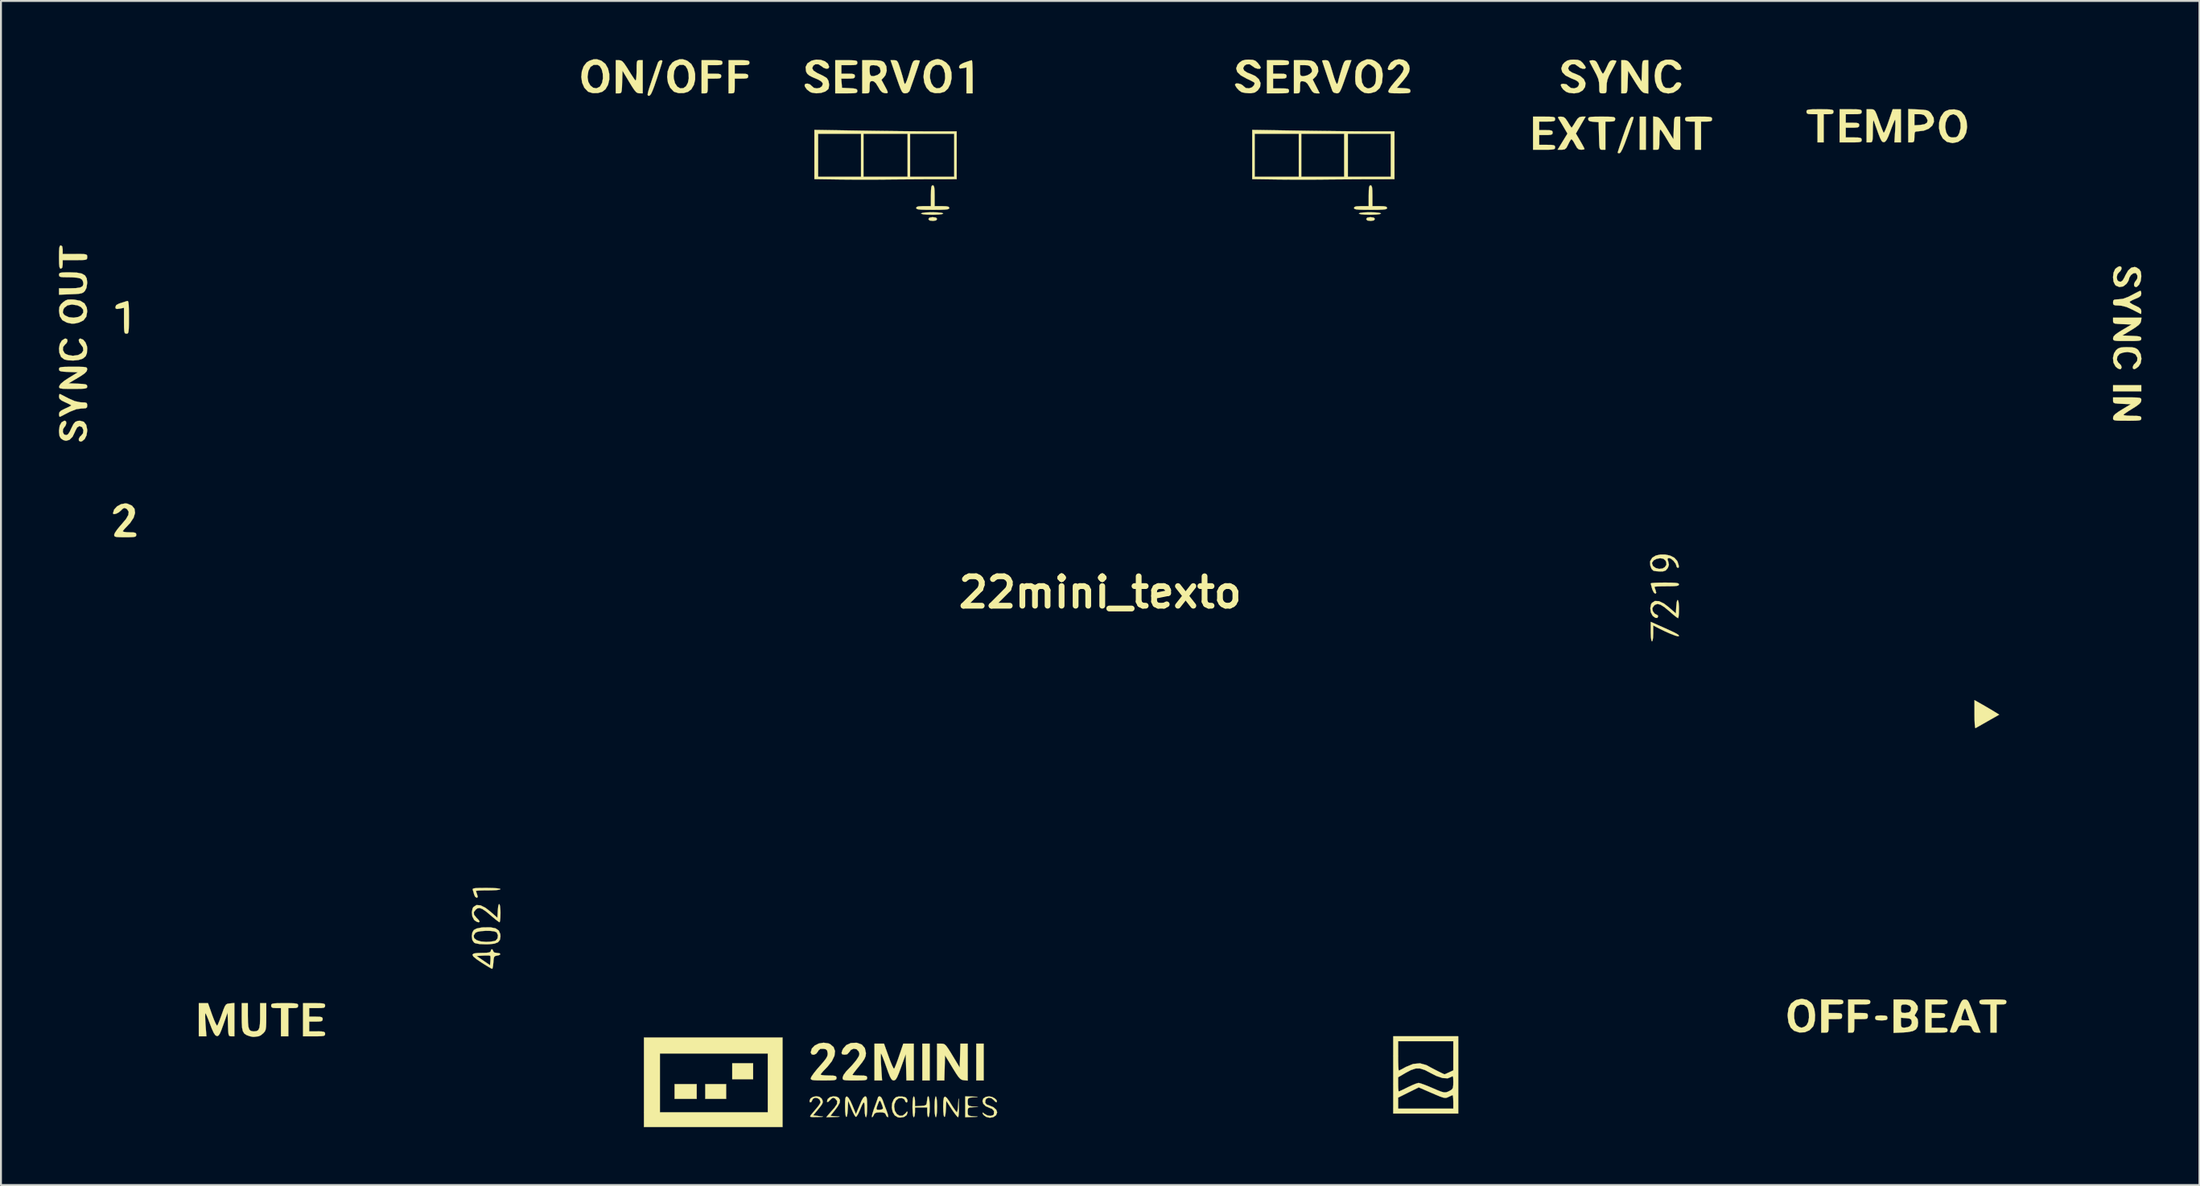
<source format=kicad_pcb>
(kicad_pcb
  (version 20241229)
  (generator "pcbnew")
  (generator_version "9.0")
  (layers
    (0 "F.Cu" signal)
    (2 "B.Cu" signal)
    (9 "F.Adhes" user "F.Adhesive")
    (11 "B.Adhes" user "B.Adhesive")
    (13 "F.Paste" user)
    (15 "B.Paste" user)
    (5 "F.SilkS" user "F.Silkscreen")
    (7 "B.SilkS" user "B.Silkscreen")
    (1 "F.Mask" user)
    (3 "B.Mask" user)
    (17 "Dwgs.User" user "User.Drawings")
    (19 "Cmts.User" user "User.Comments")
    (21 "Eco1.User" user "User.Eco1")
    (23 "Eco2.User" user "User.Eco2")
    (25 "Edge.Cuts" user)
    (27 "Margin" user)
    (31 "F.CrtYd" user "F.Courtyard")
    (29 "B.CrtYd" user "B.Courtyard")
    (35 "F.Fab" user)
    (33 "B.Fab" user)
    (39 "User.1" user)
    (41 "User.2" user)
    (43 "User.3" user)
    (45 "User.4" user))
  (footprint "22mini_texto"
    (layer "F.Cu")
    (at 53.917 27.628)
    (property "Reference" "22mini_texto" (at 0 0 0) (layer "F.SilkS") (effects (font (size 1.524 1.524) (thickness 0.3))))
    (attr through_hole)
    (fp_poly (pts (xy -20.892 26.226) (xy -22.035 26.226) (xy -22.035 25.463) (xy -20.892 25.463) (xy -20.892 26.226)) (stroke (width 0.01) (type solid)) (fill yes) (layer "F.SilkS"))
    (fp_poly (pts (xy -19.367 26.226) (xy -20.447 26.226) (xy -20.447 25.463) (xy -19.367 25.463) (xy -19.367 26.226)) (stroke (width 0.01) (type solid)) (fill yes) (layer "F.SilkS"))
    (fp_poly (pts (xy -17.971 25.209) (xy -19.05 25.209) (xy -19.05 24.384) (xy -17.971 24.384) (xy -17.971 25.209)) (stroke (width 0.01) (type solid)) (fill yes) (layer "F.SilkS"))
    (fp_poly (pts (xy -8.826 25.273) (xy -9.207 25.273) (xy -9.207 23.368) (xy -8.826 23.368) (xy -8.826 25.273)) (stroke (width 0.01) (type solid)) (fill yes) (layer "F.SilkS"))
    (fp_poly (pts (xy -6.032 25.273) (xy -6.413 25.273) (xy -6.413 23.368) (xy -6.032 23.368) (xy -6.032 25.273)) (stroke (width 0.01) (type solid)) (fill yes) (layer "F.SilkS"))
    (fp_poly (pts (xy 28.258 -22.924) (xy 27.94 -22.924) (xy 27.94 -24.638) (xy 28.258 -24.638) (xy 28.258 -22.924)) (stroke (width 0.01) (type solid)) (fill yes) (layer "F.SilkS"))
    (fp_poly (pts (xy 53.911 -10.414) (xy 52.451 -10.414) (xy 52.451 -10.732) (xy 53.911 -10.732) (xy 53.911 -10.414)) (stroke (width 0.01) (type solid)) (fill yes) (layer "F.SilkS"))
    (fp_poly (pts (xy -16.447 27.686) (xy -23.622 27.686) (xy -23.622 23.876) (xy -22.797 23.876) (xy -22.797 26.924) (xy -17.209 26.924) (xy -17.209 23.876) (xy -22.797 23.876) (xy -23.622 23.876) (xy -23.622 23.05) (xy -16.447 23.05) (xy -16.447 27.686)) (stroke (width 0.01) (type solid)) (fill yes) (layer "F.SilkS"))
    (fp_poly (pts (xy -8.503 -19.41) (xy -8.446 -19.344) (xy -8.445 -19.336) (xy -8.494 -19.265) (xy -8.648 -19.241) (xy -8.668 -19.241) (xy -8.832 -19.261) (xy -8.89 -19.327) (xy -8.89 -19.336) (xy -8.842 -19.406) (xy -8.688 -19.431) (xy -8.668 -19.431) (xy -8.503 -19.41)) (stroke (width 0.01) (type solid)) (fill yes) (layer "F.SilkS"))
    (fp_poly (pts (xy 14.166 -19.41) (xy 14.224 -19.344) (xy 14.224 -19.336) (xy 14.176 -19.265) (xy 14.022 -19.241) (xy 14.002 -19.241) (xy 13.837 -19.261) (xy 13.78 -19.327) (xy 13.78 -19.336) (xy 13.828 -19.406) (xy 13.982 -19.431) (xy 14.002 -19.431) (xy 14.166 -19.41)) (stroke (width 0.01) (type solid)) (fill yes) (layer "F.SilkS"))
    (fp_poly (pts (xy 45.641 5.786) (xy 45.886 5.927) (xy 46.135 6.074) (xy 46.28 6.161) (xy 46.554 6.33) (xy 45.962 6.667) (xy 45.716 6.808) (xy 45.51 6.925) (xy 45.37 7.004) (xy 45.323 7.03) (xy 45.305 6.981) (xy 45.289 6.829) (xy 45.279 6.598) (xy 45.276 6.317) (xy 45.276 5.579) (xy 45.641 5.786)) (stroke (width 0.01) (type solid)) (fill yes) (layer "F.SilkS"))
    (fp_poly (pts (xy -8.478 26.158) (xy -8.456 26.322) (xy -8.446 26.569) (xy -8.445 26.638) (xy -8.453 26.901) (xy -8.472 27.087) (xy -8.501 27.174) (xy -8.509 27.178) (xy -8.54 27.118) (xy -8.562 26.954) (xy -8.572 26.708) (xy -8.572 26.638) (xy -8.565 26.375) (xy -8.546 26.189) (xy -8.517 26.102) (xy -8.509 26.099) (xy -8.478 26.158)) (stroke (width 0.01) (type solid)) (fill yes) (layer "F.SilkS"))
    (fp_poly (pts (xy -8.426 -19.678) (xy -8.23 -19.66) (xy -8.134 -19.632) (xy -8.128 -19.622) (xy -8.188 -19.591) (xy -8.354 -19.569) (xy -8.605 -19.559) (xy -8.7 -19.558) (xy -8.973 -19.565) (xy -9.169 -19.583) (xy -9.265 -19.611) (xy -9.271 -19.622) (xy -9.211 -19.652) (xy -9.045 -19.674) (xy -8.794 -19.684) (xy -8.7 -19.685) (xy -8.426 -19.678)) (stroke (width 0.01) (type solid)) (fill yes) (layer "F.SilkS"))
    (fp_poly (pts (xy 14.244 -19.678) (xy 14.439 -19.66) (xy 14.535 -19.632) (xy 14.541 -19.622) (xy 14.482 -19.591) (xy 14.316 -19.569) (xy 14.065 -19.559) (xy 13.97 -19.558) (xy 13.696 -19.565) (xy 13.501 -19.583) (xy 13.405 -19.611) (xy 13.399 -19.622) (xy 13.458 -19.652) (xy 13.624 -19.674) (xy 13.875 -19.684) (xy 13.97 -19.685) (xy 14.244 -19.678)) (stroke (width 0.01) (type solid)) (fill yes) (layer "F.SilkS"))
    (fp_poly (pts (xy 40.64 21.914) (xy 40.735 21.943) (xy 40.766 22.005) (xy 40.767 22.035) (xy 40.75 22.111) (xy 40.679 22.149) (xy 40.523 22.161) (xy 40.45 22.162) (xy 40.259 22.155) (xy 40.164 22.126) (xy 40.133 22.064) (xy 40.132 22.035) (xy 40.149 21.958) (xy 40.22 21.92) (xy 40.376 21.908) (xy 40.45 21.907) (xy 40.64 21.914)) (stroke (width 0.01) (type solid)) (fill yes) (layer "F.SilkS"))
    (fp_poly (pts (xy -6.629 -27.499) (xy -6.617 -27.336) (xy -6.608 -27.092) (xy -6.604 -26.79) (xy -6.604 -26.702) (xy -6.604 -25.845) (xy -6.921 -25.845) (xy -6.921 -27.188) (xy -7.112 -27.146) (xy -7.247 -27.13) (xy -7.298 -27.172) (xy -7.303 -27.222) (xy -7.255 -27.316) (xy -7.104 -27.406) (xy -6.992 -27.449) (xy -6.809 -27.511) (xy -6.679 -27.551) (xy -6.643 -27.559) (xy -6.629 -27.499)) (stroke (width 0.01) (type solid)) (fill yes) (layer "F.SilkS"))
    (fp_poly (pts (xy 27.607 -24.619) (xy 27.622 -24.595) (xy 27.602 -24.52) (xy 27.548 -24.347) (xy 27.465 -24.099) (xy 27.363 -23.799) (xy 27.312 -23.654) (xy 27.163 -23.245) (xy 27.043 -22.958) (xy 26.952 -22.791) (xy 26.899 -22.744) (xy 26.813 -22.752) (xy 26.8 -22.776) (xy 26.821 -22.852) (xy 26.876 -23.025) (xy 26.958 -23.273) (xy 27.059 -23.573) (xy 27.109 -23.717) (xy 27.252 -24.117) (xy 27.367 -24.399) (xy 27.456 -24.567) (xy 27.518 -24.627) (xy 27.607 -24.619)) (stroke (width 0.01) (type solid)) (fill yes) (layer "F.SilkS"))
    (fp_poly (pts (xy -41.922 21.274) (xy -41.721 21.281) (xy -41.604 21.298) (xy -41.547 21.328) (xy -41.53 21.376) (xy -41.529 21.399) (xy -41.55 21.483) (xy -41.636 21.519) (xy -41.783 21.526) (xy -42.037 21.526) (xy -42.037 22.987) (xy -42.418 22.987) (xy -42.418 21.526) (xy -42.672 21.526) (xy -42.838 21.516) (xy -42.912 21.473) (xy -42.926 21.399) (xy -42.918 21.344) (xy -42.879 21.307) (xy -42.788 21.286) (xy -42.622 21.276) (xy -42.359 21.273) (xy -42.227 21.273) (xy -41.922 21.274)) (stroke (width 0.01) (type solid)) (fill yes) (layer "F.SilkS"))
    (fp_poly (pts (xy -8.136 23.374) (xy -8.055 23.406) (xy -7.973 23.482) (xy -7.872 23.62) (xy -7.733 23.84) (xy -7.645 23.986) (xy -7.271 24.605) (xy -7.234 23.368) (xy -6.858 23.368) (xy -6.858 25.281) (xy -7.061 25.261) (xy -7.154 25.242) (xy -7.238 25.194) (xy -7.33 25.097) (xy -7.446 24.932) (xy -7.603 24.68) (xy -7.648 24.606) (xy -8.033 23.971) (xy -8.051 24.622) (xy -8.069 25.273) (xy -8.445 25.273) (xy -8.445 23.368) (xy -8.232 23.368) (xy -8.136 23.374)) (stroke (width 0.01) (type solid)) (fill yes) (layer "F.SilkS"))
    (fp_poly (pts (xy 28.871 1.685) (xy 29.258 1.857) (xy 29.544 1.987) (xy 29.743 2.082) (xy 29.87 2.151) (xy 29.941 2.201) (xy 29.969 2.24) (xy 29.972 2.259) (xy 29.919 2.274) (xy 29.772 2.234) (xy 29.547 2.148) (xy 29.262 2.023) (xy 28.935 1.864) (xy 28.829 1.81) (xy 28.639 1.711) (xy 28.639 2.126) (xy 28.63 2.342) (xy 28.606 2.49) (xy 28.575 2.54) (xy 28.544 2.481) (xy 28.521 2.318) (xy 28.512 2.078) (xy 28.512 2.033) (xy 28.512 1.526) (xy 28.871 1.685)) (stroke (width 0.01) (type solid)) (fill yes) (layer "F.SilkS"))
    (fp_poly (pts (xy 31.294 -24.637) (xy 31.494 -24.629) (xy 31.612 -24.613) (xy 31.668 -24.583) (xy 31.686 -24.535) (xy 31.686 -24.511) (xy 31.668 -24.432) (xy 31.59 -24.394) (xy 31.421 -24.384) (xy 31.401 -24.384) (xy 31.115 -24.384) (xy 31.115 -22.924) (xy 30.797 -22.924) (xy 30.797 -24.384) (xy 30.544 -24.384) (xy 30.377 -24.395) (xy 30.304 -24.438) (xy 30.29 -24.511) (xy 30.298 -24.567) (xy 30.336 -24.603) (xy 30.428 -24.624) (xy 30.594 -24.635) (xy 30.856 -24.638) (xy 30.988 -24.638) (xy 31.294 -24.637)) (stroke (width 0.01) (type solid)) (fill yes) (layer "F.SilkS"))
    (fp_poly (pts (xy 37.58 -25.018) (xy 37.781 -25.01) (xy 37.898 -24.994) (xy 37.955 -24.964) (xy 37.972 -24.916) (xy 37.973 -24.892) (xy 37.952 -24.809) (xy 37.866 -24.772) (xy 37.719 -24.765) (xy 37.465 -24.765) (xy 37.465 -23.305) (xy 37.148 -23.305) (xy 37.148 -24.765) (xy 36.862 -24.765) (xy 36.683 -24.773) (xy 36.599 -24.808) (xy 36.576 -24.883) (xy 36.576 -24.892) (xy 36.584 -24.948) (xy 36.623 -24.984) (xy 36.714 -25.005) (xy 36.88 -25.016) (xy 37.143 -25.019) (xy 37.275 -25.019) (xy 37.58 -25.018)) (stroke (width 0.01) (type solid)) (fill yes) (layer "F.SilkS"))
    (fp_poly (pts (xy 46.534 21.083) (xy 46.734 21.091) (xy 46.852 21.107) (xy 46.908 21.137) (xy 46.926 21.185) (xy 46.926 21.209) (xy 46.905 21.292) (xy 46.819 21.329) (xy 46.672 21.336) (xy 46.419 21.336) (xy 46.419 22.797) (xy 46.101 22.797) (xy 46.101 21.336) (xy 45.815 21.336) (xy 45.637 21.328) (xy 45.552 21.293) (xy 45.53 21.218) (xy 45.529 21.209) (xy 45.538 21.153) (xy 45.576 21.117) (xy 45.668 21.096) (xy 45.834 21.085) (xy 46.096 21.082) (xy 46.228 21.082) (xy 46.534 21.083)) (stroke (width 0.01) (type solid)) (fill yes) (layer "F.SilkS"))
    (fp_poly (pts (xy -22.674 -27.534) (xy -22.669 -27.511) (xy -22.689 -27.437) (xy -22.741 -27.265) (xy -22.82 -27.019) (xy -22.918 -26.72) (xy -22.961 -26.591) (xy -23.081 -26.237) (xy -23.175 -25.989) (xy -23.248 -25.83) (xy -23.308 -25.745) (xy -23.363 -25.718) (xy -23.369 -25.718) (xy -23.413 -25.728) (xy -23.431 -25.771) (xy -23.419 -25.866) (xy -23.375 -26.03) (xy -23.294 -26.282) (xy -23.212 -26.527) (xy -23.107 -26.836) (xy -23.013 -27.108) (xy -22.94 -27.317) (xy -22.896 -27.437) (xy -22.892 -27.448) (xy -22.824 -27.528) (xy -22.733 -27.562) (xy -22.674 -27.534)) (stroke (width 0.01) (type solid)) (fill yes) (layer "F.SilkS"))
    (fp_poly (pts (xy -31.462 15.309) (xy -31.221 15.324) (xy -31.081 15.347) (xy -31.052 15.367) (xy -31.112 15.396) (xy -31.281 15.418) (xy -31.54 15.429) (xy -31.686 15.431) (xy -31.953 15.433) (xy -32.165 15.44) (xy -32.294 15.45) (xy -32.322 15.458) (xy -32.301 15.531) (xy -32.26 15.649) (xy -32.228 15.77) (xy -32.267 15.81) (xy -32.284 15.812) (xy -32.364 15.758) (xy -32.41 15.659) (xy -32.456 15.496) (xy -32.487 15.405) (xy -32.49 15.361) (xy -32.447 15.332) (xy -32.339 15.315) (xy -32.146 15.306) (xy -31.848 15.304) (xy -31.789 15.303) (xy -31.462 15.309)) (stroke (width 0.01) (type solid)) (fill yes) (layer "F.SilkS"))
    (fp_poly (pts (xy 26.277 -24.637) (xy 26.478 -24.629) (xy 26.595 -24.613) (xy 26.652 -24.583) (xy 26.669 -24.535) (xy 26.67 -24.511) (xy 26.649 -24.428) (xy 26.563 -24.391) (xy 26.416 -24.384) (xy 26.162 -24.384) (xy 26.162 -22.924) (xy 26.005 -22.924) (xy 25.937 -22.927) (xy 25.892 -22.953) (xy 25.864 -23.024) (xy 25.847 -23.16) (xy 25.838 -23.383) (xy 25.831 -23.638) (xy 25.813 -24.352) (xy 25.543 -24.372) (xy 25.368 -24.396) (xy 25.289 -24.445) (xy 25.273 -24.515) (xy 25.282 -24.569) (xy 25.323 -24.604) (xy 25.418 -24.625) (xy 25.59 -24.635) (xy 25.859 -24.638) (xy 25.971 -24.638) (xy 26.277 -24.637)) (stroke (width 0.01) (type solid)) (fill yes) (layer "F.SilkS"))
    (fp_poly (pts (xy 29.562 -0.505) (xy 29.776 -0.496) (xy 29.902 -0.477) (xy 29.961 -0.447) (xy 29.972 -0.413) (xy 29.951 -0.368) (xy 29.874 -0.34) (xy 29.72 -0.324) (xy 29.469 -0.318) (xy 29.337 -0.318) (xy 29.07 -0.315) (xy 28.859 -0.308) (xy 28.729 -0.298) (xy 28.702 -0.29) (xy 28.722 -0.217) (xy 28.764 -0.099) (xy 28.795 0.022) (xy 28.756 0.063) (xy 28.742 0.064) (xy 28.673 0.008) (xy 28.603 -0.129) (xy 28.585 -0.182) (xy 28.538 -0.347) (xy 28.513 -0.454) (xy 28.512 -0.468) (xy 28.571 -0.484) (xy 28.732 -0.497) (xy 28.97 -0.505) (xy 29.242 -0.508) (xy 29.562 -0.505)) (stroke (width 0.01) (type solid)) (fill yes) (layer "F.SilkS"))
    (fp_poly (pts (xy 39.578 21.084) (xy 39.747 21.094) (xy 39.837 21.117) (xy 39.872 21.159) (xy 39.878 21.209) (xy 39.865 21.278) (xy 39.808 21.316) (xy 39.678 21.333) (xy 39.465 21.336) (xy 39.053 21.336) (xy 39.053 21.78) (xy 39.402 21.78) (xy 39.602 21.785) (xy 39.706 21.806) (xy 39.745 21.86) (xy 39.751 21.939) (xy 39.742 22.03) (xy 39.694 22.078) (xy 39.576 22.095) (xy 39.402 22.098) (xy 39.053 22.098) (xy 39.053 22.447) (xy 39.048 22.647) (xy 39.027 22.751) (xy 38.973 22.791) (xy 38.894 22.797) (xy 38.735 22.797) (xy 38.735 21.082) (xy 39.306 21.082) (xy 39.578 21.084)) (stroke (width 0.01) (type solid)) (fill yes) (layer "F.SilkS"))
    (fp_poly (pts (xy -50.344 -15.087) (xy -50.319 -15.025) (xy -50.303 -14.891) (xy -50.295 -14.667) (xy -50.292 -14.336) (xy -50.292 -14.263) (xy -50.293 -13.917) (xy -50.298 -13.678) (xy -50.31 -13.526) (xy -50.331 -13.442) (xy -50.365 -13.406) (xy -50.415 -13.399) (xy -50.419 -13.399) (xy -50.476 -13.407) (xy -50.512 -13.447) (xy -50.533 -13.541) (xy -50.543 -13.711) (xy -50.546 -13.98) (xy -50.546 -14.068) (xy -50.546 -14.738) (xy -50.768 -14.696) (xy -50.917 -14.678) (xy -50.98 -14.708) (xy -50.99 -14.778) (xy -50.949 -14.877) (xy -50.809 -14.954) (xy -50.73 -14.98) (xy -50.546 -15.037) (xy -50.406 -15.083) (xy -50.381 -15.093) (xy -50.344 -15.087)) (stroke (width 0.01) (type solid)) (fill yes) (layer "F.SilkS"))
    (fp_poly (pts (xy -19.835 -27.557) (xy -19.675 -27.546) (xy -19.592 -27.52) (xy -19.561 -27.474) (xy -19.558 -27.432) (xy -19.572 -27.361) (xy -19.633 -27.323) (xy -19.77 -27.307) (xy -19.939 -27.305) (xy -20.32 -27.305) (xy -20.32 -26.86) (xy -19.971 -26.86) (xy -19.769 -26.855) (xy -19.664 -26.831) (xy -19.625 -26.778) (xy -19.622 -26.733) (xy -19.637 -26.66) (xy -19.702 -26.622) (xy -19.848 -26.608) (xy -19.971 -26.607) (xy -20.32 -26.607) (xy -20.32 -26.226) (xy -20.323 -26.014) (xy -20.342 -25.9) (xy -20.388 -25.854) (xy -20.473 -25.845) (xy -20.479 -25.845) (xy -20.637 -25.845) (xy -20.637 -27.559) (xy -20.098 -27.559) (xy -19.835 -27.557)) (stroke (width 0.01) (type solid)) (fill yes) (layer "F.SilkS"))
    (fp_poly (pts (xy -18.438 -27.557) (xy -18.278 -27.546) (xy -18.195 -27.52) (xy -18.164 -27.474) (xy -18.161 -27.432) (xy -18.175 -27.361) (xy -18.236 -27.323) (xy -18.373 -27.307) (xy -18.542 -27.305) (xy -18.923 -27.305) (xy -18.923 -26.86) (xy -18.574 -26.86) (xy -18.372 -26.855) (xy -18.267 -26.831) (xy -18.228 -26.778) (xy -18.224 -26.733) (xy -18.24 -26.66) (xy -18.305 -26.622) (xy -18.451 -26.608) (xy -18.574 -26.607) (xy -18.923 -26.607) (xy -18.923 -26.226) (xy -18.926 -26.014) (xy -18.945 -25.9) (xy -18.991 -25.854) (xy -19.076 -25.845) (xy -19.082 -25.845) (xy -19.241 -25.845) (xy -19.241 -27.559) (xy -18.701 -27.559) (xy -18.438 -27.557)) (stroke (width 0.01) (type solid)) (fill yes) (layer "F.SilkS"))
    (fp_poly (pts (xy 38.181 21.084) (xy 38.35 21.094) (xy 38.44 21.117) (xy 38.475 21.159) (xy 38.481 21.209) (xy 38.467 21.28) (xy 38.406 21.318) (xy 38.269 21.334) (xy 38.1 21.336) (xy 37.719 21.336) (xy 37.719 21.78) (xy 38.068 21.78) (xy 38.268 21.785) (xy 38.372 21.806) (xy 38.412 21.86) (xy 38.417 21.939) (xy 38.408 22.03) (xy 38.361 22.078) (xy 38.243 22.095) (xy 38.068 22.098) (xy 37.719 22.098) (xy 37.719 22.447) (xy 37.716 22.647) (xy 37.695 22.751) (xy 37.639 22.79) (xy 37.531 22.796) (xy 37.529 22.797) (xy 37.338 22.797) (xy 37.338 21.082) (xy 37.91 21.082) (xy 38.181 21.084)) (stroke (width 0.01) (type solid)) (fill yes) (layer "F.SilkS"))
    (fp_poly (pts (xy -13.637 26.117) (xy -13.538 26.175) (xy -13.472 26.289) (xy -13.488 26.432) (xy -13.594 26.624) (xy -13.715 26.788) (xy -13.968 27.108) (xy -13.667 27.131) (xy -13.523 27.144) (xy -13.488 27.153) (xy -13.567 27.16) (xy -13.767 27.166) (xy -13.773 27.167) (xy -14.18 27.178) (xy -14.061 27.035) (xy -13.939 26.893) (xy -13.789 26.725) (xy -13.76 26.693) (xy -13.627 26.497) (xy -13.616 26.335) (xy -13.727 26.206) (xy -13.736 26.201) (xy -13.835 26.169) (xy -13.928 26.228) (xy -13.976 26.282) (xy -14.084 26.384) (xy -14.142 26.386) (xy -14.129 26.293) (xy -14.1 26.231) (xy -13.986 26.136) (xy -13.813 26.096) (xy -13.637 26.117)) (stroke (width 0.01) (type solid)) (fill yes) (layer "F.SilkS"))
    (fp_poly (pts (xy -6.62 26.11) (xy -6.42 26.117) (xy -6.342 26.123) (xy -6.38 26.13) (xy -6.53 26.143) (xy -6.556 26.145) (xy -6.738 26.164) (xy -6.827 26.202) (xy -6.855 26.285) (xy -6.858 26.384) (xy -6.849 26.52) (xy -6.8 26.586) (xy -6.675 26.615) (xy -6.588 26.624) (xy -6.318 26.648) (xy -6.588 26.659) (xy -6.757 26.672) (xy -6.835 26.713) (xy -6.857 26.812) (xy -6.858 26.889) (xy -6.851 27.021) (xy -6.809 27.089) (xy -6.698 27.118) (xy -6.556 27.131) (xy -6.393 27.145) (xy -6.34 27.153) (xy -6.403 27.159) (xy -6.588 27.166) (xy -6.62 27.167) (xy -6.985 27.178) (xy -6.985 26.099) (xy -6.62 26.11)) (stroke (width 0.01) (type solid)) (fill yes) (layer "F.SilkS"))
    (fp_poly (pts (xy 27.26 -27.547) (xy 27.343 -27.499) (xy 27.438 -27.394) (xy 27.562 -27.213) (xy 27.693 -27.003) (xy 28.035 -26.448) (xy 28.054 -27.003) (xy 28.064 -27.269) (xy 28.079 -27.433) (xy 28.106 -27.52) (xy 28.153 -27.553) (xy 28.228 -27.559) (xy 28.384 -27.559) (xy 28.384 -25.836) (xy 28.216 -25.856) (xy 28.124 -25.887) (xy 28.026 -25.969) (xy 27.906 -26.12) (xy 27.747 -26.36) (xy 27.692 -26.448) (xy 27.337 -27.019) (xy 27.318 -26.432) (xy 27.309 -26.157) (xy 27.295 -25.985) (xy 27.27 -25.891) (xy 27.227 -25.853) (xy 27.159 -25.845) (xy 27.144 -25.845) (xy 26.988 -25.845) (xy 26.988 -27.559) (xy 27.169 -27.559) (xy 27.26 -27.547)) (stroke (width 0.01) (type solid)) (fill yes) (layer "F.SilkS"))
    (fp_poly (pts (xy -53.746 -17.922) (xy -53.721 -17.768) (xy -53.721 -17.748) (xy -53.721 -17.526) (xy -53.086 -17.526) (xy -52.798 -17.525) (xy -52.613 -17.518) (xy -52.51 -17.5) (xy -52.463 -17.464) (xy -52.451 -17.405) (xy -52.451 -17.367) (xy -52.455 -17.295) (xy -52.482 -17.249) (xy -52.555 -17.223) (xy -52.698 -17.212) (xy -52.934 -17.209) (xy -53.086 -17.209) (xy -53.721 -17.209) (xy -53.721 -16.986) (xy -53.742 -16.822) (xy -53.808 -16.764) (xy -53.816 -16.764) (xy -53.862 -16.786) (xy -53.89 -16.865) (xy -53.906 -17.022) (xy -53.911 -17.28) (xy -53.911 -17.367) (xy -53.908 -17.655) (xy -53.896 -17.837) (xy -53.871 -17.934) (xy -53.83 -17.969) (xy -53.816 -17.971) (xy -53.746 -17.922)) (stroke (width 0.01) (type solid)) (fill yes) (layer "F.SilkS"))
    (fp_poly (pts (xy -8.62 -21.059) (xy -8.591 -20.975) (xy -8.576 -20.808) (xy -8.572 -20.542) (xy -8.572 -20.003) (xy -8.191 -20.003) (xy -7.97 -19.995) (xy -7.851 -19.969) (xy -7.811 -19.919) (xy -7.811 -19.907) (xy -7.829 -19.868) (xy -7.895 -19.841) (xy -8.029 -19.824) (xy -8.248 -19.815) (xy -8.571 -19.812) (xy -8.668 -19.812) (xy -9.019 -19.814) (xy -9.262 -19.821) (xy -9.415 -19.836) (xy -9.496 -19.861) (xy -9.524 -19.896) (xy -9.525 -19.907) (xy -9.496 -19.963) (xy -9.392 -19.992) (xy -9.19 -20.002) (xy -9.144 -20.003) (xy -8.763 -20.003) (xy -8.763 -20.542) (xy -8.759 -20.812) (xy -8.744 -20.977) (xy -8.715 -21.06) (xy -8.668 -21.082) (xy -8.62 -21.059)) (stroke (width 0.01) (type solid)) (fill yes) (layer "F.SilkS"))
    (fp_poly (pts (xy 14.049 -21.059) (xy 14.079 -20.975) (xy 14.093 -20.808) (xy 14.097 -20.542) (xy 14.097 -20.003) (xy 14.478 -20.003) (xy 14.699 -19.995) (xy 14.818 -19.969) (xy 14.858 -19.919) (xy 14.859 -19.907) (xy 14.841 -19.868) (xy 14.774 -19.841) (xy 14.641 -19.824) (xy 14.422 -19.815) (xy 14.099 -19.812) (xy 14.002 -19.812) (xy 13.651 -19.814) (xy 13.408 -19.821) (xy 13.255 -19.836) (xy 13.174 -19.861) (xy 13.145 -19.896) (xy 13.145 -19.907) (xy 13.174 -19.963) (xy 13.277 -19.992) (xy 13.48 -20.002) (xy 13.525 -20.003) (xy 13.906 -20.003) (xy 13.906 -20.542) (xy 13.911 -20.812) (xy 13.925 -20.977) (xy 13.955 -21.06) (xy 14.002 -21.082) (xy 14.049 -21.059)) (stroke (width 0.01) (type solid)) (fill yes) (layer "F.SilkS"))
    (fp_poly (pts (xy -10.099 26.141) (xy -10.046 26.175) (xy -9.981 26.282) (xy -9.979 26.38) (xy -10.033 26.416) (xy -10.09 26.365) (xy -10.097 26.322) (xy -10.151 26.239) (xy -10.266 26.185) (xy -10.438 26.199) (xy -10.576 26.314) (xy -10.656 26.507) (xy -10.668 26.631) (xy -10.628 26.855) (xy -10.525 27.016) (xy -10.384 27.102) (xy -10.229 27.097) (xy -10.087 26.987) (xy -10.076 26.972) (xy -10.004 26.884) (xy -9.975 26.904) (xy -9.973 26.932) (xy -10.024 27.072) (xy -10.164 27.167) (xy -10.358 27.197) (xy -10.477 27.18) (xy -10.637 27.082) (xy -10.742 26.903) (xy -10.788 26.682) (xy -10.77 26.453) (xy -10.686 26.254) (xy -10.579 26.147) (xy -10.441 26.106) (xy -10.259 26.105) (xy -10.099 26.141)) (stroke (width 0.01) (type solid)) (fill yes) (layer "F.SilkS"))
    (fp_poly (pts (xy -40.432 21.275) (xy -40.263 21.285) (xy -40.173 21.308) (xy -40.138 21.349) (xy -40.132 21.399) (xy -40.145 21.468) (xy -40.202 21.507) (xy -40.332 21.523) (xy -40.545 21.526) (xy -40.958 21.526) (xy -40.958 21.971) (xy -40.608 21.971) (xy -40.406 21.977) (xy -40.301 22) (xy -40.263 22.053) (xy -40.259 22.098) (xy -40.274 22.171) (xy -40.34 22.21) (xy -40.486 22.224) (xy -40.608 22.225) (xy -40.958 22.225) (xy -40.958 22.733) (xy -40.545 22.733) (xy -40.321 22.737) (xy -40.197 22.755) (xy -40.143 22.795) (xy -40.132 22.86) (xy -40.142 22.92) (xy -40.186 22.958) (xy -40.29 22.978) (xy -40.478 22.986) (xy -40.703 22.987) (xy -41.275 22.987) (xy -41.275 21.273) (xy -40.703 21.273) (xy -40.432 21.275)) (stroke (width 0.01) (type solid)) (fill yes) (layer "F.SilkS"))
    (fp_poly (pts (xy -7.942 26.176) (xy -7.808 26.36) (xy -7.713 26.511) (xy -7.588 26.708) (xy -7.484 26.854) (xy -7.422 26.922) (xy -7.417 26.924) (xy -7.391 26.866) (xy -7.367 26.714) (xy -7.35 26.5) (xy -7.35 26.495) (xy -7.339 26.301) (xy -7.332 26.213) (xy -7.326 26.236) (xy -7.321 26.376) (xy -7.315 26.622) (xy -7.315 26.87) (xy -7.327 27.061) (xy -7.347 27.166) (xy -7.359 27.178) (xy -7.417 27.128) (xy -7.522 26.996) (xy -7.655 26.808) (xy -7.692 26.752) (xy -7.969 26.325) (xy -7.988 26.752) (xy -8.009 27.008) (xy -8.038 27.144) (xy -8.071 27.163) (xy -8.101 27.071) (xy -8.122 26.873) (xy -8.128 26.638) (xy -8.12 26.339) (xy -8.091 26.164) (xy -8.034 26.11) (xy -7.942 26.176)) (stroke (width 0.01) (type solid)) (fill yes) (layer "F.SilkS"))
    (fp_poly (pts (xy 9.479 -27.557) (xy 9.648 -27.547) (xy 9.738 -27.524) (xy 9.773 -27.482) (xy 9.779 -27.432) (xy 9.766 -27.363) (xy 9.709 -27.325) (xy 9.579 -27.308) (xy 9.366 -27.305) (xy 8.954 -27.305) (xy 8.954 -26.86) (xy 9.303 -26.86) (xy 9.505 -26.855) (xy 9.61 -26.831) (xy 9.648 -26.778) (xy 9.652 -26.733) (xy 9.637 -26.66) (xy 9.571 -26.622) (xy 9.425 -26.608) (xy 9.303 -26.607) (xy 8.954 -26.607) (xy 8.954 -26.099) (xy 9.366 -26.099) (xy 9.59 -26.095) (xy 9.714 -26.077) (xy 9.768 -26.037) (xy 9.779 -25.971) (xy 9.769 -25.911) (xy 9.725 -25.874) (xy 9.621 -25.854) (xy 9.433 -25.846) (xy 9.207 -25.845) (xy 8.636 -25.845) (xy 8.636 -27.559) (xy 9.207 -27.559) (xy 9.479 -27.557)) (stroke (width 0.01) (type solid)) (fill yes) (layer "F.SilkS"))
    (fp_poly (pts (xy 23.259 -24.636) (xy 23.427 -24.626) (xy 23.517 -24.603) (xy 23.553 -24.561) (xy 23.558 -24.511) (xy 23.546 -24.442) (xy 23.488 -24.404) (xy 23.359 -24.387) (xy 23.146 -24.384) (xy 22.733 -24.384) (xy 22.733 -23.939) (xy 23.082 -23.939) (xy 23.284 -23.934) (xy 23.389 -23.91) (xy 23.428 -23.857) (xy 23.431 -23.812) (xy 23.416 -23.739) (xy 23.351 -23.701) (xy 23.205 -23.687) (xy 23.082 -23.686) (xy 22.733 -23.686) (xy 22.733 -23.177) (xy 23.146 -23.177) (xy 23.369 -23.174) (xy 23.494 -23.156) (xy 23.547 -23.116) (xy 23.558 -23.05) (xy 23.549 -22.99) (xy 23.504 -22.953) (xy 23.4 -22.933) (xy 23.212 -22.925) (xy 22.987 -22.924) (xy 22.416 -22.924) (xy 22.416 -24.638) (xy 22.987 -24.638) (xy 23.259 -24.636)) (stroke (width 0.01) (type solid)) (fill yes) (layer "F.SilkS"))
    (fp_poly (pts (xy 39.134 -25.017) (xy 39.302 -25.007) (xy 39.392 -24.984) (xy 39.428 -24.942) (xy 39.434 -24.892) (xy 39.421 -24.823) (xy 39.363 -24.785) (xy 39.234 -24.768) (xy 39.021 -24.765) (xy 38.608 -24.765) (xy 38.608 -24.32) (xy 38.957 -24.32) (xy 39.159 -24.315) (xy 39.264 -24.291) (xy 39.303 -24.238) (xy 39.306 -24.194) (xy 39.291 -24.12) (xy 39.226 -24.082) (xy 39.08 -24.068) (xy 38.957 -24.067) (xy 38.608 -24.067) (xy 38.608 -23.558) (xy 39.021 -23.558) (xy 39.244 -23.555) (xy 39.369 -23.537) (xy 39.422 -23.497) (xy 39.434 -23.431) (xy 39.424 -23.371) (xy 39.379 -23.334) (xy 39.275 -23.314) (xy 39.087 -23.306) (xy 38.862 -23.305) (xy 38.291 -23.305) (xy 38.291 -25.019) (xy 38.862 -25.019) (xy 39.134 -25.017)) (stroke (width 0.01) (type solid)) (fill yes) (layer "F.SilkS"))
    (fp_poly (pts (xy 43.579 21.084) (xy 43.747 21.094) (xy 43.837 21.117) (xy 43.873 21.159) (xy 43.879 21.209) (xy 43.866 21.278) (xy 43.808 21.316) (xy 43.679 21.333) (xy 43.466 21.336) (xy 43.053 21.336) (xy 43.053 21.78) (xy 43.402 21.78) (xy 43.604 21.786) (xy 43.709 21.81) (xy 43.748 21.863) (xy 43.752 21.907) (xy 43.736 21.981) (xy 43.671 22.019) (xy 43.525 22.033) (xy 43.402 22.035) (xy 43.053 22.035) (xy 43.053 22.543) (xy 43.466 22.543) (xy 43.689 22.546) (xy 43.814 22.564) (xy 43.867 22.604) (xy 43.879 22.669) (xy 43.869 22.73) (xy 43.824 22.767) (xy 43.72 22.787) (xy 43.532 22.795) (xy 43.307 22.797) (xy 42.736 22.797) (xy 42.736 21.082) (xy 43.307 21.082) (xy 43.579 21.084)) (stroke (width 0.01) (type solid)) (fill yes) (layer "F.SilkS"))
    (fp_poly (pts (xy -52.985 -16.559) (xy -52.729 -16.509) (xy -52.565 -16.414) (xy -52.478 -16.264) (xy -52.451 -16.05) (xy -52.451 -16.036) (xy -52.491 -15.767) (xy -52.572 -15.612) (xy -52.641 -15.541) (xy -52.729 -15.495) (xy -52.864 -15.467) (xy -53.075 -15.45) (xy -53.303 -15.44) (xy -53.911 -15.418) (xy -53.911 -15.748) (xy -53.348 -15.748) (xy -53.023 -15.758) (xy -52.808 -15.792) (xy -52.689 -15.859) (xy -52.649 -15.967) (xy -52.665 -16.089) (xy -52.713 -16.191) (xy -52.81 -16.258) (xy -52.976 -16.298) (xy -53.235 -16.316) (xy -53.451 -16.319) (xy -53.69 -16.322) (xy -53.828 -16.337) (xy -53.893 -16.371) (xy -53.911 -16.43) (xy -53.911 -16.447) (xy -53.902 -16.507) (xy -53.857 -16.545) (xy -53.751 -16.565) (xy -53.562 -16.572) (xy -53.349 -16.573) (xy -52.985 -16.559)) (stroke (width 0.01) (type solid)) (fill yes) (layer "F.SilkS"))
    (fp_poly (pts (xy -12.873 -27.557) (xy -12.704 -27.547) (xy -12.614 -27.524) (xy -12.579 -27.482) (xy -12.573 -27.432) (xy -12.586 -27.363) (xy -12.643 -27.325) (xy -12.773 -27.308) (xy -12.986 -27.305) (xy -13.399 -27.305) (xy -13.399 -26.86) (xy -13.049 -26.86) (xy -12.847 -26.855) (xy -12.742 -26.831) (xy -12.704 -26.778) (xy -12.7 -26.733) (xy -12.715 -26.66) (xy -12.78 -26.622) (xy -12.925 -26.608) (xy -13.053 -26.607) (xy -13.406 -26.607) (xy -13.386 -26.368) (xy -13.367 -26.13) (xy -12.97 -26.111) (xy -12.751 -26.096) (xy -12.63 -26.069) (xy -12.581 -26.022) (xy -12.573 -25.968) (xy -12.583 -25.91) (xy -12.63 -25.873) (xy -12.738 -25.853) (xy -12.93 -25.846) (xy -13.145 -25.845) (xy -13.716 -25.845) (xy -13.716 -27.559) (xy -13.145 -27.559) (xy -12.873 -27.557)) (stroke (width 0.01) (type solid)) (fill yes) (layer "F.SilkS"))
    (fp_poly (pts (xy -8.877 26.129) (xy -8.848 26.257) (xy -8.83 26.464) (xy -8.826 26.638) (xy -8.834 26.901) (xy -8.853 27.087) (xy -8.882 27.174) (xy -8.89 27.178) (xy -8.93 27.122) (xy -8.952 26.981) (xy -8.954 26.924) (xy -8.954 26.67) (xy -9.588 26.67) (xy -9.588 26.924) (xy -9.603 27.083) (xy -9.638 27.172) (xy -9.652 27.178) (xy -9.683 27.118) (xy -9.705 26.954) (xy -9.715 26.708) (xy -9.716 26.638) (xy -9.708 26.375) (xy -9.689 26.189) (xy -9.66 26.102) (xy -9.652 26.099) (xy -9.612 26.155) (xy -9.59 26.296) (xy -9.588 26.356) (xy -9.588 26.613) (xy -9.287 26.594) (xy -9.105 26.578) (xy -9.014 26.539) (xy -8.978 26.451) (xy -8.966 26.337) (xy -8.941 26.157) (xy -8.909 26.091) (xy -8.877 26.129)) (stroke (width 0.01) (type solid)) (fill yes) (layer "F.SilkS"))
    (fp_poly (pts (xy -44.133 21.927) (xy -44.127 22.262) (xy -44.106 22.491) (xy -44.06 22.632) (xy -43.983 22.706) (xy -43.867 22.732) (xy -43.815 22.733) (xy -43.683 22.719) (xy -43.593 22.664) (xy -43.537 22.549) (xy -43.508 22.354) (xy -43.498 22.058) (xy -43.498 21.927) (xy -43.498 21.273) (xy -43.18 21.273) (xy -43.18 21.974) (xy -43.182 22.284) (xy -43.19 22.494) (xy -43.211 22.633) (xy -43.248 22.726) (xy -43.308 22.802) (xy -43.336 22.831) (xy -43.467 22.937) (xy -43.577 22.987) (xy -43.585 22.987) (xy -43.73 23.005) (xy -43.762 23.013) (xy -43.881 23.015) (xy -44.028 22.985) (xy -44.199 22.924) (xy -44.316 22.845) (xy -44.39 22.725) (xy -44.431 22.542) (xy -44.447 22.273) (xy -44.45 21.993) (xy -44.45 21.273) (xy -44.133 21.273) (xy -44.133 21.927)) (stroke (width 0.01) (type solid)) (fill yes) (layer "F.SilkS"))
    (fp_poly (pts (xy -24.816 -27.545) (xy -24.729 -27.489) (xy -24.63 -27.371) (xy -24.497 -27.17) (xy -24.423 -27.049) (xy -24.282 -26.824) (xy -24.161 -26.641) (xy -24.079 -26.528) (xy -24.058 -26.506) (xy -24.033 -26.548) (xy -24.014 -26.692) (xy -24.004 -26.908) (xy -24.003 -27.016) (xy -24.002 -27.278) (xy -23.992 -27.438) (xy -23.968 -27.522) (xy -23.922 -27.554) (xy -23.845 -27.559) (xy -23.686 -27.559) (xy -23.686 -25.845) (xy -23.86 -25.846) (xy -23.947 -25.86) (xy -24.029 -25.912) (xy -24.123 -26.022) (xy -24.247 -26.208) (xy -24.384 -26.433) (xy -24.733 -27.018) (xy -24.752 -26.431) (xy -24.761 -26.156) (xy -24.775 -25.984) (xy -24.8 -25.891) (xy -24.843 -25.853) (xy -24.911 -25.845) (xy -24.926 -25.845) (xy -25.082 -25.845) (xy -25.082 -27.559) (xy -24.908 -27.559) (xy -24.816 -27.545)) (stroke (width 0.01) (type solid)) (fill yes) (layer "F.SilkS"))
    (fp_poly (pts (xy -10.955 24.034) (xy -10.857 24.298) (xy -10.769 24.507) (xy -10.703 24.638) (xy -10.671 24.672) (xy -10.633 24.603) (xy -10.565 24.44) (xy -10.479 24.209) (xy -10.409 24.005) (xy -10.193 23.368) (xy -9.652 23.368) (xy -9.652 25.273) (xy -10.029 25.273) (xy -10.065 23.908) (xy -10.31 24.59) (xy -10.421 24.891) (xy -10.505 25.09) (xy -10.572 25.207) (xy -10.634 25.261) (xy -10.691 25.273) (xy -10.756 25.257) (xy -10.816 25.195) (xy -10.884 25.07) (xy -10.968 24.861) (xy -11.071 24.574) (xy -11.169 24.3) (xy -11.254 24.077) (xy -11.318 23.928) (xy -11.349 23.876) (xy -11.358 23.935) (xy -11.359 24.095) (xy -11.351 24.331) (xy -11.338 24.575) (xy -11.292 25.273) (xy -11.684 25.273) (xy -11.684 23.368) (xy -11.193 23.368) (xy -10.955 24.034)) (stroke (width 0.01) (type solid)) (fill yes) (layer "F.SilkS"))
    (fp_poly (pts (xy 42.361 -25.009) (xy 42.622 -24.994) (xy 42.791 -24.969) (xy 42.902 -24.925) (xy 42.99 -24.851) (xy 43.027 -24.808) (xy 43.159 -24.583) (xy 43.174 -24.365) (xy 43.086 -24.17) (xy 42.905 -24.013) (xy 42.643 -23.91) (xy 42.339 -23.876) (xy 42.231 -23.866) (xy 42.18 -23.814) (xy 42.165 -23.684) (xy 42.164 -23.59) (xy 42.157 -23.414) (xy 42.125 -23.33) (xy 42.048 -23.306) (xy 42.005 -23.305) (xy 41.846 -23.305) (xy 41.846 -24.765) (xy 42.164 -24.765) (xy 42.164 -24.187) (xy 42.459 -24.206) (xy 42.689 -24.245) (xy 42.816 -24.324) (xy 42.82 -24.33) (xy 42.847 -24.448) (xy 42.778 -24.599) (xy 42.777 -24.6) (xy 42.672 -24.715) (xy 42.525 -24.76) (xy 42.417 -24.765) (xy 42.164 -24.765) (xy 41.846 -24.765) (xy 41.846 -25.032) (xy 42.361 -25.009)) (stroke (width 0.01) (type solid)) (fill yes) (layer "F.SilkS"))
    (fp_poly (pts (xy 53.9 -14.054) (xy 53.866 -13.952) (xy 53.777 -13.849) (xy 53.612 -13.725) (xy 53.404 -13.593) (xy 52.927 -13.303) (xy 53.419 -13.285) (xy 53.669 -13.272) (xy 53.816 -13.252) (xy 53.889 -13.218) (xy 53.911 -13.162) (xy 53.911 -13.142) (xy 53.903 -13.088) (xy 53.864 -13.053) (xy 53.772 -13.032) (xy 53.607 -13.021) (xy 53.346 -13.018) (xy 53.181 -13.018) (xy 52.868 -13.018) (xy 52.66 -13.024) (xy 52.536 -13.039) (xy 52.475 -13.067) (xy 52.453 -13.112) (xy 52.451 -13.162) (xy 52.477 -13.251) (xy 52.567 -13.35) (xy 52.739 -13.473) (xy 52.931 -13.591) (xy 53.411 -13.875) (xy 52.931 -13.893) (xy 52.687 -13.905) (xy 52.544 -13.923) (xy 52.475 -13.957) (xy 52.453 -14.017) (xy 52.451 -14.068) (xy 52.451 -14.224) (xy 53.92 -14.224) (xy 53.9 -14.054)) (stroke (width 0.01) (type solid)) (fill yes) (layer "F.SilkS"))
    (fp_poly (pts (xy -14.532 26.122) (xy -14.419 26.217) (xy -14.417 26.221) (xy -14.368 26.33) (xy -14.366 26.424) (xy -14.421 26.536) (xy -14.545 26.699) (xy -14.607 26.774) (xy -14.862 27.083) (xy -14.559 27.12) (xy -14.401 27.141) (xy -14.346 27.153) (xy -14.401 27.16) (xy -14.574 27.166) (xy -14.66 27.168) (xy -14.877 27.171) (xy -14.988 27.161) (xy -15.017 27.131) (xy -14.985 27.074) (xy -14.98 27.067) (xy -14.887 26.953) (xy -14.752 26.793) (xy -14.686 26.717) (xy -14.565 26.563) (xy -14.49 26.438) (xy -14.478 26.397) (xy -14.524 26.267) (xy -14.634 26.188) (xy -14.764 26.169) (xy -14.87 26.223) (xy -14.904 26.289) (xy -14.957 26.391) (xy -15.019 26.412) (xy -15.049 26.339) (xy -15.05 26.333) (xy -14.996 26.207) (xy -14.863 26.124) (xy -14.694 26.094) (xy -14.532 26.122)) (stroke (width 0.01) (type solid)) (fill yes) (layer "F.SilkS"))
    (fp_poly (pts (xy 28.812 -24.626) (xy 28.904 -24.598) (xy 28.998 -24.523) (xy 29.112 -24.382) (xy 29.261 -24.156) (xy 29.336 -24.035) (xy 29.686 -23.463) (xy 29.705 -24.051) (xy 29.714 -24.326) (xy 29.728 -24.498) (xy 29.753 -24.591) (xy 29.796 -24.63) (xy 29.864 -24.638) (xy 29.879 -24.638) (xy 30.035 -24.638) (xy 30.035 -22.924) (xy 29.851 -22.924) (xy 29.756 -22.935) (xy 29.673 -22.984) (xy 29.58 -23.092) (xy 29.46 -23.278) (xy 29.369 -23.431) (xy 29.232 -23.658) (xy 29.115 -23.841) (xy 29.034 -23.953) (xy 29.013 -23.975) (xy 28.987 -23.933) (xy 28.967 -23.789) (xy 28.957 -23.565) (xy 28.956 -23.467) (xy 28.955 -23.205) (xy 28.945 -23.044) (xy 28.921 -22.96) (xy 28.875 -22.929) (xy 28.798 -22.924) (xy 28.797 -22.924) (xy 28.639 -22.924) (xy 28.639 -24.646) (xy 28.812 -24.626)) (stroke (width 0.01) (type solid)) (fill yes) (layer "F.SilkS"))
    (fp_poly (pts (xy -53.127 -15.163) (xy -52.808 -15.101) (xy -52.593 -14.966) (xy -52.476 -14.755) (xy -52.451 -14.552) (xy -52.499 -14.279) (xy -52.646 -14.086) (xy -52.881 -13.973) (xy -53.096 -13.924) (xy -53.268 -13.921) (xy -53.47 -13.965) (xy -53.512 -13.977) (xy -53.738 -14.098) (xy -53.871 -14.306) (xy -53.899 -14.501) (xy -53.717 -14.501) (xy -53.663 -14.398) (xy -53.602 -14.344) (xy -53.401 -14.251) (xy -53.152 -14.224) (xy -52.909 -14.265) (xy -52.766 -14.34) (xy -52.655 -14.489) (xy -52.66 -14.642) (xy -52.773 -14.778) (xy -52.958 -14.866) (xy -53.241 -14.909) (xy -53.476 -14.863) (xy -53.639 -14.736) (xy -53.687 -14.644) (xy -53.717 -14.501) (xy -53.899 -14.501) (xy -53.911 -14.582) (xy -53.892 -14.779) (xy -53.812 -14.92) (xy -53.708 -15.019) (xy -53.577 -15.116) (xy -53.452 -15.163) (xy -53.283 -15.171) (xy -53.127 -15.163)) (stroke (width 0.01) (type solid)) (fill yes) (layer "F.SilkS"))
    (fp_poly (pts (xy -52.66 -13.087) (xy -52.538 -12.941) (xy -52.463 -12.744) (xy -52.451 -12.63) (xy -52.468 -12.388) (xy -52.531 -12.232) (xy -52.659 -12.123) (xy -52.71 -12.094) (xy -52.911 -12.034) (xy -53.175 -12.008) (xy -53.441 -12.02) (xy -53.637 -12.065) (xy -53.804 -12.192) (xy -53.893 -12.412) (xy -53.911 -12.632) (xy -53.872 -12.859) (xy -53.769 -13.038) (xy -53.624 -13.135) (xy -53.562 -13.145) (xy -53.482 -13.101) (xy -53.475 -13.002) (xy -53.535 -12.891) (xy -53.594 -12.842) (xy -53.699 -12.712) (xy -53.71 -12.547) (xy -53.626 -12.394) (xy -53.58 -12.354) (xy -53.424 -12.29) (xy -53.22 -12.257) (xy -53.181 -12.255) (xy -52.923 -12.291) (xy -52.744 -12.387) (xy -52.655 -12.525) (xy -52.671 -12.689) (xy -52.769 -12.827) (xy -52.868 -12.964) (xy -52.89 -13.079) (xy -52.833 -13.141) (xy -52.803 -13.145) (xy -52.66 -13.087)) (stroke (width 0.01) (type solid)) (fill yes) (layer "F.SilkS"))
    (fp_poly (pts (xy 53.902 -15.567) (xy 53.911 -15.471) (xy 53.885 -15.365) (xy 53.787 -15.283) (xy 53.626 -15.212) (xy 53.452 -15.137) (xy 53.332 -15.07) (xy 53.307 -15.047) (xy 53.34 -14.994) (xy 53.463 -14.916) (xy 53.592 -14.854) (xy 53.785 -14.759) (xy 53.883 -14.673) (xy 53.911 -14.573) (xy 53.911 -14.565) (xy 53.906 -14.451) (xy 53.896 -14.418) (xy 53.836 -14.446) (xy 53.693 -14.519) (xy 53.496 -14.621) (xy 53.467 -14.637) (xy 53.147 -14.781) (xy 52.876 -14.848) (xy 52.753 -14.856) (xy 52.57 -14.864) (xy 52.481 -14.894) (xy 52.453 -14.965) (xy 52.451 -15.018) (xy 52.463 -15.116) (xy 52.522 -15.162) (xy 52.661 -15.176) (xy 52.735 -15.177) (xy 52.973 -15.206) (xy 53.239 -15.305) (xy 53.422 -15.399) (xy 53.626 -15.507) (xy 53.784 -15.587) (xy 53.866 -15.621) (xy 53.869 -15.621) (xy 53.902 -15.567)) (stroke (width 0.01) (type solid)) (fill yes) (layer "F.SilkS"))
    (fp_poly (pts (xy -53.787 -10.238) (xy -53.631 -10.157) (xy -53.429 -10.053) (xy -53.421 -10.048) (xy -53.089 -9.903) (xy -52.806 -9.845) (xy -52.739 -9.842) (xy -52.562 -9.836) (xy -52.477 -9.804) (xy -52.452 -9.728) (xy -52.451 -9.684) (xy -52.463 -9.586) (xy -52.521 -9.54) (xy -52.659 -9.526) (xy -52.739 -9.525) (xy -53.015 -9.487) (xy -53.331 -9.364) (xy -53.421 -9.319) (xy -53.624 -9.214) (xy -53.783 -9.132) (xy -53.863 -9.092) (xy -53.864 -9.092) (xy -53.9 -9.128) (xy -53.911 -9.226) (xy -53.889 -9.33) (xy -53.802 -9.415) (xy -53.623 -9.506) (xy -53.594 -9.519) (xy -53.419 -9.599) (xy -53.303 -9.661) (xy -53.276 -9.684) (xy -53.33 -9.722) (xy -53.466 -9.791) (xy -53.594 -9.849) (xy -53.785 -9.942) (xy -53.882 -10.027) (xy -53.911 -10.127) (xy -53.912 -10.141) (xy -53.895 -10.251) (xy -53.864 -10.276) (xy -53.787 -10.238)) (stroke (width 0.01) (type solid)) (fill yes) (layer "F.SilkS"))
    (fp_poly (pts (xy -31.101 16.152) (xy -31.072 16.264) (xy -31.054 16.477) (xy -31.052 16.605) (xy -31.057 16.833) (xy -31.073 17.001) (xy -31.095 17.079) (xy -31.1 17.081) (xy -31.167 17.042) (xy -31.303 16.938) (xy -31.482 16.79) (xy -31.543 16.737) (xy -31.799 16.523) (xy -31.989 16.395) (xy -32.131 16.344) (xy -32.245 16.362) (xy -32.326 16.419) (xy -32.431 16.557) (xy -32.421 16.693) (xy -32.294 16.85) (xy -32.29 16.854) (xy -32.182 16.964) (xy -32.132 17.037) (xy -32.131 17.041) (xy -32.174 17.084) (xy -32.273 17.06) (xy -32.389 16.982) (xy -32.42 16.951) (xy -32.508 16.779) (xy -32.534 16.563) (xy -32.495 16.364) (xy -32.453 16.294) (xy -32.295 16.192) (xy -32.086 16.205) (xy -31.83 16.332) (xy -31.585 16.521) (xy -31.21 16.85) (xy -31.191 16.489) (xy -31.169 16.259) (xy -31.136 16.149) (xy -31.101 16.152)) (stroke (width 0.01) (type solid)) (fill yes) (layer "F.SilkS"))
    (fp_poly (pts (xy -5.596 26.129) (xy -5.458 26.204) (xy -5.363 26.296) (xy -5.345 26.38) (xy -5.357 26.397) (xy -5.42 26.384) (xy -5.498 26.301) (xy -5.626 26.193) (xy -5.773 26.165) (xy -5.895 26.218) (xy -5.937 26.288) (xy -5.953 26.432) (xy -5.874 26.523) (xy -5.731 26.573) (xy -5.523 26.662) (xy -5.38 26.795) (xy -5.334 26.926) (xy -5.389 27.072) (xy -5.528 27.17) (xy -5.711 27.205) (xy -5.899 27.161) (xy -5.9 27.161) (xy -6.027 27.069) (xy -6.084 26.988) (xy -6.088 26.935) (xy -6.026 26.971) (xy -5.989 27.003) (xy -5.838 27.087) (xy -5.674 27.111) (xy -5.543 27.072) (xy -5.502 27.019) (xy -5.494 26.859) (xy -5.6 26.742) (xy -5.704 26.703) (xy -5.919 26.611) (xy -6.05 26.481) (xy -6.093 26.339) (xy -6.049 26.211) (xy -5.914 26.123) (xy -5.744 26.099) (xy -5.596 26.129)) (stroke (width 0.01) (type solid)) (fill yes) (layer "F.SilkS"))
    (fp_poly (pts (xy 29.922 0.405) (xy 29.952 0.517) (xy 29.97 0.73) (xy 29.972 0.857) (xy 29.966 1.085) (xy 29.951 1.253) (xy 29.929 1.331) (xy 29.924 1.333) (xy 29.858 1.294) (xy 29.723 1.188) (xy 29.546 1.038) (xy 29.49 0.988) (xy 29.223 0.766) (xy 29.019 0.637) (xy 28.862 0.597) (xy 28.736 0.639) (xy 28.673 0.695) (xy 28.594 0.817) (xy 28.609 0.942) (xy 28.627 0.985) (xy 28.712 1.102) (xy 28.796 1.143) (xy 28.881 1.193) (xy 28.892 1.238) (xy 28.853 1.321) (xy 28.755 1.317) (xy 28.629 1.229) (xy 28.604 1.203) (xy 28.515 1.031) (xy 28.489 0.815) (xy 28.528 0.616) (xy 28.57 0.546) (xy 28.729 0.444) (xy 28.939 0.454) (xy 29.194 0.576) (xy 29.444 0.768) (xy 29.813 1.091) (xy 29.832 0.736) (xy 29.855 0.508) (xy 29.887 0.4) (xy 29.922 0.405)) (stroke (width 0.01) (type solid)) (fill yes) (layer "F.SilkS"))
    (fp_poly (pts (xy -31.309 17.396) (xy -31.142 17.51) (xy -31.062 17.69) (xy -31.052 17.813) (xy -31.081 17.994) (xy -31.179 18.116) (xy -31.362 18.189) (xy -31.645 18.221) (xy -31.815 18.224) (xy -32.131 18.211) (xy -32.346 18.17) (xy -32.417 18.137) (xy -32.507 18.003) (xy -32.537 17.81) (xy -32.532 17.773) (xy -32.44 17.773) (xy -32.416 17.904) (xy -32.288 18.008) (xy -32.068 18.076) (xy -31.795 18.098) (xy -31.57 18.087) (xy -31.383 18.058) (xy -31.301 18.032) (xy -31.204 17.917) (xy -31.183 17.757) (xy -31.247 17.611) (xy -31.255 17.602) (xy -31.37 17.554) (xy -31.568 17.528) (xy -31.807 17.524) (xy -32.046 17.54) (xy -32.241 17.575) (xy -32.349 17.626) (xy -32.44 17.773) (xy -32.532 17.773) (xy -32.508 17.614) (xy -32.431 17.482) (xy -32.286 17.406) (xy -32.04 17.357) (xy -31.945 17.348) (xy -31.574 17.344) (xy -31.309 17.396)) (stroke (width 0.01) (type solid)) (fill yes) (layer "F.SilkS"))
    (fp_poly (pts (xy -21.417 -27.546) (xy -21.366 -27.522) (xy -21.171 -27.365) (xy -21.039 -27.131) (xy -20.973 -26.852) (xy -20.972 -26.559) (xy -21.038 -26.283) (xy -21.17 -26.056) (xy -21.336 -25.926) (xy -21.571 -25.858) (xy -21.828 -25.856) (xy -22.047 -25.921) (xy -22.084 -25.944) (xy -22.266 -26.138) (xy -22.378 -26.396) (xy -22.42 -26.685) (xy -22.414 -26.749) (xy -22.087 -26.749) (xy -22.079 -26.62) (xy -22.015 -26.37) (xy -21.896 -26.193) (xy -21.744 -26.103) (xy -21.579 -26.114) (xy -21.444 -26.211) (xy -21.345 -26.391) (xy -21.301 -26.62) (xy -21.309 -26.864) (xy -21.364 -27.086) (xy -21.463 -27.251) (xy -21.569 -27.318) (xy -21.779 -27.32) (xy -21.943 -27.215) (xy -22.05 -27.019) (xy -22.087 -26.749) (xy -22.414 -26.749) (xy -22.394 -26.977) (xy -22.303 -27.24) (xy -22.146 -27.443) (xy -22.007 -27.53) (xy -21.787 -27.605) (xy -21.612 -27.61) (xy -21.417 -27.546)) (stroke (width 0.01) (type solid)) (fill yes) (layer "F.SilkS"))
    (fp_poly (pts (xy -25.862 -27.546) (xy -25.811 -27.522) (xy -25.616 -27.365) (xy -25.484 -27.131) (xy -25.418 -26.852) (xy -25.417 -26.559) (xy -25.483 -26.283) (xy -25.615 -26.056) (xy -25.781 -25.926) (xy -26.016 -25.858) (xy -26.273 -25.856) (xy -26.492 -25.921) (xy -26.529 -25.944) (xy -26.711 -26.138) (xy -26.823 -26.396) (xy -26.863 -26.674) (xy -26.543 -26.674) (xy -26.503 -26.436) (xy -26.398 -26.251) (xy -26.251 -26.135) (xy -26.086 -26.104) (xy -25.926 -26.176) (xy -25.889 -26.211) (xy -25.79 -26.391) (xy -25.746 -26.62) (xy -25.754 -26.864) (xy -25.809 -27.086) (xy -25.908 -27.251) (xy -26.014 -27.318) (xy -26.226 -27.32) (xy -26.391 -27.212) (xy -26.499 -27.004) (xy -26.543 -26.709) (xy -26.543 -26.674) (xy -26.863 -26.674) (xy -26.865 -26.685) (xy -26.839 -26.977) (xy -26.748 -27.24) (xy -26.591 -27.443) (xy -26.452 -27.53) (xy -26.232 -27.605) (xy -26.057 -27.61) (xy -25.862 -27.546)) (stroke (width 0.01) (type solid)) (fill yes) (layer "F.SilkS"))
    (fp_poly (pts (xy -12.335 -23.912) (xy -11.724 -23.903) (xy -11.099 -23.895) (xy -10.483 -23.888) (xy -9.901 -23.882) (xy -9.377 -23.878) (xy -8.936 -23.875) (xy -8.652 -23.875) (xy -7.429 -23.876) (xy -7.429 -21.399) (xy -8.62 -21.397) (xy -9.1 -21.396) (xy -9.654 -21.393) (xy -10.231 -21.389) (xy -10.778 -21.385) (xy -11.081 -21.382) (xy -11.586 -21.378) (xy -12.158 -21.377) (xy -12.742 -21.378) (xy -13.286 -21.382) (xy -13.573 -21.385) (xy -14.796 -21.402) (xy -14.796 -23.749) (xy -14.605 -23.749) (xy -14.605 -21.526) (xy -12.383 -21.526) (xy -12.383 -23.749) (xy -12.255 -23.749) (xy -12.255 -21.526) (xy -9.97 -21.526) (xy -9.97 -23.749) (xy -9.842 -23.749) (xy -9.842 -21.526) (xy -7.556 -21.526) (xy -7.556 -23.749) (xy -9.842 -23.749) (xy -9.97 -23.749) (xy -12.255 -23.749) (xy -12.383 -23.749) (xy -14.605 -23.749) (xy -14.796 -23.749) (xy -14.796 -23.951) (xy -12.335 -23.912)) (stroke (width 0.01) (type solid)) (fill yes) (layer "F.SilkS"))
    (fp_poly (pts (xy 10.335 -23.912) (xy 10.945 -23.903) (xy 11.571 -23.895) (xy 12.187 -23.888) (xy 12.769 -23.882) (xy 13.293 -23.878) (xy 13.734 -23.875) (xy 14.018 -23.875) (xy 15.24 -23.876) (xy 15.24 -21.399) (xy 14.049 -21.397) (xy 13.57 -21.396) (xy 13.015 -21.393) (xy 12.438 -21.389) (xy 11.892 -21.385) (xy 11.589 -21.382) (xy 11.083 -21.378) (xy 10.511 -21.377) (xy 9.927 -21.378) (xy 9.384 -21.382) (xy 9.096 -21.385) (xy 7.874 -21.402) (xy 7.874 -23.749) (xy 8.001 -23.749) (xy 8.001 -21.526) (xy 10.287 -21.526) (xy 10.287 -23.749) (xy 10.414 -23.749) (xy 10.414 -21.526) (xy 12.636 -21.526) (xy 12.636 -23.749) (xy 12.827 -23.749) (xy 12.827 -21.526) (xy 15.05 -21.526) (xy 15.05 -23.749) (xy 12.827 -23.749) (xy 12.636 -23.749) (xy 10.414 -23.749) (xy 10.287 -23.749) (xy 8.001 -23.749) (xy 7.874 -23.749) (xy 7.874 -23.951) (xy 10.335 -23.912)) (stroke (width 0.01) (type solid)) (fill yes) (layer "F.SilkS"))
    (fp_poly (pts (xy 29.678 -27.562) (xy 29.885 -27.454) (xy 30.036 -27.303) (xy 30.099 -27.141) (xy 30.099 -27.132) (xy 30.05 -27.069) (xy 29.939 -27.053) (xy 29.823 -27.083) (xy 29.758 -27.147) (xy 29.676 -27.244) (xy 29.564 -27.315) (xy 29.379 -27.344) (xy 29.224 -27.269) (xy 29.109 -27.107) (xy 29.046 -26.88) (xy 29.045 -26.607) (xy 29.081 -26.424) (xy 29.156 -26.233) (xy 29.261 -26.139) (xy 29.303 -26.125) (xy 29.516 -26.114) (xy 29.68 -26.187) (xy 29.751 -26.292) (xy 29.844 -26.396) (xy 29.945 -26.416) (xy 30.069 -26.381) (xy 30.09 -26.285) (xy 30.009 -26.137) (xy 29.913 -26.03) (xy 29.687 -25.886) (xy 29.419 -25.837) (xy 29.153 -25.886) (xy 29.001 -25.972) (xy 28.842 -26.171) (xy 28.745 -26.443) (xy 28.713 -26.752) (xy 28.749 -27.059) (xy 28.859 -27.324) (xy 28.864 -27.333) (xy 29.04 -27.495) (xy 29.286 -27.585) (xy 29.558 -27.59) (xy 29.678 -27.562)) (stroke (width 0.01) (type solid)) (fill yes) (layer "F.SilkS"))
    (fp_poly (pts (xy 36.6 21.099) (xy 36.82 21.255) (xy 36.896 21.355) (xy 36.983 21.586) (xy 37.021 21.878) (xy 37.007 22.175) (xy 36.942 22.426) (xy 36.915 22.48) (xy 36.733 22.672) (xy 36.486 22.778) (xy 36.207 22.79) (xy 35.934 22.701) (xy 35.757 22.535) (xy 35.643 22.273) (xy 35.6 21.933) (xy 35.6 21.86) (xy 35.608 21.804) (xy 35.936 21.804) (xy 35.94 22.047) (xy 35.985 22.268) (xy 36.068 22.416) (xy 36.206 22.511) (xy 36.322 22.543) (xy 36.46 22.499) (xy 36.576 22.416) (xy 36.661 22.257) (xy 36.703 22.029) (xy 36.699 21.781) (xy 36.648 21.561) (xy 36.604 21.477) (xy 36.455 21.363) (xy 36.265 21.343) (xy 36.081 21.421) (xy 36.057 21.441) (xy 35.975 21.587) (xy 35.936 21.804) (xy 35.608 21.804) (xy 35.647 21.533) (xy 35.775 21.294) (xy 35.994 21.13) (xy 36.054 21.102) (xy 36.334 21.045) (xy 36.6 21.099)) (stroke (width 0.01) (type solid)) (fill yes) (layer "F.SilkS"))
    (fp_poly (pts (xy 44.477 -24.958) (xy 44.596 -24.891) (xy 44.765 -24.683) (xy 44.864 -24.408) (xy 44.891 -24.102) (xy 44.844 -23.805) (xy 44.72 -23.556) (xy 44.665 -23.493) (xy 44.417 -23.326) (xy 44.139 -23.269) (xy 43.864 -23.328) (xy 43.835 -23.341) (xy 43.634 -23.509) (xy 43.501 -23.752) (xy 43.437 -24.039) (xy 43.439 -24.102) (xy 43.758 -24.102) (xy 43.8 -23.858) (xy 43.841 -23.76) (xy 43.938 -23.618) (xy 44.063 -23.564) (xy 44.169 -23.558) (xy 44.322 -23.573) (xy 44.414 -23.641) (xy 44.492 -23.794) (xy 44.558 -24.054) (xy 44.551 -24.31) (xy 44.48 -24.533) (xy 44.357 -24.693) (xy 44.189 -24.764) (xy 44.164 -24.765) (xy 43.997 -24.708) (xy 43.867 -24.558) (xy 43.784 -24.346) (xy 43.758 -24.102) (xy 43.439 -24.102) (xy 43.445 -24.339) (xy 43.526 -24.62) (xy 43.681 -24.849) (xy 43.765 -24.92) (xy 43.976 -25.002) (xy 44.233 -25.014) (xy 44.477 -24.958)) (stroke (width 0.01) (type solid)) (fill yes) (layer "F.SilkS"))
    (fp_poly (pts (xy -10.579 -27.552) (xy -10.513 -27.515) (xy -10.457 -27.424) (xy -10.395 -27.256) (xy -10.323 -27.026) (xy -10.249 -26.779) (xy -10.193 -26.575) (xy -10.163 -26.449) (xy -10.16 -26.426) (xy -10.117 -26.334) (xy -10.107 -26.327) (xy -10.069 -26.37) (xy -10.008 -26.512) (xy -9.933 -26.729) (xy -9.874 -26.927) (xy -9.791 -27.21) (xy -9.73 -27.393) (xy -9.677 -27.498) (xy -9.62 -27.545) (xy -9.547 -27.559) (xy -9.514 -27.559) (xy -9.385 -27.551) (xy -9.335 -27.534) (xy -9.354 -27.469) (xy -9.406 -27.312) (xy -9.481 -27.09) (xy -9.569 -26.831) (xy -9.662 -26.561) (xy -9.75 -26.31) (xy -9.822 -26.103) (xy -9.871 -25.969) (xy -9.876 -25.956) (xy -9.974 -25.866) (xy -10.091 -25.845) (xy -10.16 -25.851) (xy -10.218 -25.882) (xy -10.274 -25.956) (xy -10.338 -26.093) (xy -10.42 -26.309) (xy -10.53 -26.623) (xy -10.558 -26.702) (xy -10.854 -27.559) (xy -10.669 -27.559) (xy -10.579 -27.552)) (stroke (width 0.01) (type solid)) (fill yes) (layer "F.SilkS"))
    (fp_poly (pts (xy -8.195 -27.571) (xy -7.978 -27.44) (xy -7.814 -27.264) (xy -7.784 -27.211) (xy -7.7 -26.928) (xy -7.693 -26.624) (xy -7.755 -26.333) (xy -7.878 -26.091) (xy -8.054 -25.931) (xy -8.065 -25.926) (xy -8.299 -25.858) (xy -8.556 -25.856) (xy -8.775 -25.921) (xy -8.813 -25.944) (xy -8.995 -26.139) (xy -9.105 -26.397) (xy -9.145 -26.688) (xy -9.14 -26.749) (xy -8.815 -26.749) (xy -8.808 -26.62) (xy -8.743 -26.367) (xy -8.623 -26.191) (xy -8.47 -26.104) (xy -8.302 -26.119) (xy -8.164 -26.221) (xy -8.066 -26.399) (xy -8.025 -26.628) (xy -8.035 -26.871) (xy -8.093 -27.092) (xy -8.194 -27.255) (xy -8.298 -27.318) (xy -8.508 -27.32) (xy -8.672 -27.215) (xy -8.778 -27.019) (xy -8.815 -26.749) (xy -9.14 -26.749) (xy -9.117 -26.981) (xy -9.022 -27.244) (xy -8.862 -27.448) (xy -8.722 -27.535) (xy -8.552 -27.595) (xy -8.417 -27.622) (xy -8.41 -27.623) (xy -8.195 -27.571)) (stroke (width 0.01) (type solid)) (fill yes) (layer "F.SilkS"))
    (fp_poly (pts (xy 13.012 -27.559) (xy 12.713 -26.702) (xy 12.594 -26.365) (xy 12.506 -26.13) (xy 12.438 -25.979) (xy 12.381 -25.893) (xy 12.324 -25.855) (xy 12.258 -25.845) (xy 12.246 -25.845) (xy 12.095 -25.885) (xy 12.033 -25.956) (xy 11.997 -26.054) (xy 11.933 -26.236) (xy 11.85 -26.474) (xy 11.759 -26.739) (xy 11.669 -27.005) (xy 11.589 -27.244) (xy 11.528 -27.428) (xy 11.496 -27.529) (xy 11.493 -27.54) (xy 11.549 -27.554) (xy 11.673 -27.559) (xy 11.755 -27.553) (xy 11.817 -27.52) (xy 11.87 -27.439) (xy 11.926 -27.286) (xy 12 -27.041) (xy 12.033 -26.927) (xy 12.111 -26.669) (xy 12.184 -26.468) (xy 12.24 -26.349) (xy 12.266 -26.327) (xy 12.318 -26.413) (xy 12.319 -26.426) (xy 12.337 -26.514) (xy 12.383 -26.691) (xy 12.451 -26.924) (xy 12.482 -27.026) (xy 12.562 -27.282) (xy 12.623 -27.439) (xy 12.679 -27.522) (xy 12.747 -27.554) (xy 12.828 -27.559) (xy 13.012 -27.559)) (stroke (width 0.01) (type solid)) (fill yes) (layer "F.SilkS"))
    (fp_poly (pts (xy 53.422 -12.693) (xy 53.577 -12.665) (xy 53.688 -12.605) (xy 53.756 -12.544) (xy 53.879 -12.343) (xy 53.919 -12.101) (xy 53.876 -11.864) (xy 53.765 -11.695) (xy 53.639 -11.598) (xy 53.543 -11.557) (xy 53.542 -11.557) (xy 53.475 -11.6) (xy 53.476 -11.7) (xy 53.536 -11.81) (xy 53.594 -11.86) (xy 53.699 -11.989) (xy 53.71 -12.154) (xy 53.626 -12.308) (xy 53.58 -12.347) (xy 53.424 -12.412) (xy 53.22 -12.445) (xy 53.181 -12.446) (xy 52.978 -12.422) (xy 52.806 -12.362) (xy 52.783 -12.347) (xy 52.669 -12.207) (xy 52.649 -12.04) (xy 52.724 -11.894) (xy 52.769 -11.86) (xy 52.863 -11.761) (xy 52.893 -11.65) (xy 52.854 -11.57) (xy 52.803 -11.557) (xy 52.695 -11.6) (xy 52.58 -11.696) (xy 52.472 -11.896) (xy 52.446 -12.142) (xy 52.501 -12.383) (xy 52.607 -12.544) (xy 52.712 -12.631) (xy 52.835 -12.678) (xy 53.016 -12.698) (xy 53.181 -12.7) (xy 53.422 -12.693)) (stroke (width 0.01) (type solid)) (fill yes) (layer "F.SilkS"))
    (fp_poly (pts (xy -31.44 18.53) (xy -31.433 18.574) (xy -31.376 18.649) (xy -31.242 18.669) (xy -31.094 18.691) (xy -31.058 18.741) (xy -31.138 18.791) (xy -31.226 18.808) (xy -31.329 18.83) (xy -31.384 18.888) (xy -31.409 19.016) (xy -31.42 19.161) (xy -31.438 19.347) (xy -31.465 19.468) (xy -31.483 19.493) (xy -31.553 19.461) (xy -31.703 19.374) (xy -31.906 19.249) (xy -32.02 19.177) (xy -32.295 18.991) (xy -32.456 18.855) (xy -32.47 18.828) (xy -32.29 18.828) (xy -31.941 19.067) (xy -31.591 19.306) (xy -31.571 19.077) (xy -31.565 18.918) (xy -31.576 18.824) (xy -31.58 18.818) (xy -31.654 18.805) (xy -31.815 18.803) (xy -31.949 18.808) (xy -32.29 18.828) (xy -32.47 18.828) (xy -32.504 18.761) (xy -32.439 18.703) (xy -32.26 18.675) (xy -32.036 18.669) (xy -31.785 18.664) (xy -31.637 18.646) (xy -31.57 18.61) (xy -31.559 18.574) (xy -31.525 18.489) (xy -31.496 18.479) (xy -31.44 18.53)) (stroke (width 0.01) (type solid)) (fill yes) (layer "F.SilkS"))
    (fp_poly (pts (xy 26.686 -27.545) (xy 26.733 -27.517) (xy 26.705 -27.445) (xy 26.629 -27.292) (xy 26.52 -27.085) (xy 26.48 -27.012) (xy 26.344 -26.748) (xy 26.266 -26.544) (xy 26.231 -26.353) (xy 26.226 -26.197) (xy 26.222 -25.996) (xy 26.202 -25.891) (xy 26.147 -25.851) (xy 26.041 -25.845) (xy 26.035 -25.845) (xy 25.927 -25.85) (xy 25.87 -25.888) (xy 25.848 -25.988) (xy 25.845 -26.182) (xy 25.845 -26.202) (xy 25.833 -26.413) (xy 25.79 -26.601) (xy 25.7 -26.813) (xy 25.59 -27.019) (xy 25.474 -27.236) (xy 25.385 -27.408) (xy 25.34 -27.507) (xy 25.337 -27.519) (xy 25.391 -27.548) (xy 25.511 -27.558) (xy 25.618 -27.541) (xy 25.699 -27.475) (xy 25.782 -27.33) (xy 25.836 -27.209) (xy 25.924 -27.024) (xy 25.998 -26.898) (xy 26.035 -26.86) (xy 26.084 -26.914) (xy 26.161 -27.053) (xy 26.234 -27.209) (xy 26.327 -27.407) (xy 26.406 -27.513) (xy 26.496 -27.553) (xy 26.559 -27.558) (xy 26.686 -27.545)) (stroke (width 0.01) (type solid)) (fill yes) (layer "F.SilkS"))
    (fp_poly (pts (xy -52.868 -11.683) (xy -52.66 -11.677) (xy -52.537 -11.663) (xy -52.475 -11.635) (xy -52.455 -11.589) (xy -52.453 -11.541) (xy -52.482 -11.451) (xy -52.578 -11.349) (xy -52.76 -11.22) (xy -52.935 -11.113) (xy -53.416 -10.827) (xy -52.933 -10.808) (xy -52.687 -10.795) (xy -52.542 -10.775) (xy -52.472 -10.74) (xy -52.452 -10.682) (xy -52.451 -10.665) (xy -52.459 -10.612) (xy -52.498 -10.577) (xy -52.59 -10.555) (xy -52.755 -10.545) (xy -53.015 -10.541) (xy -53.186 -10.541) (xy -53.5 -10.542) (xy -53.708 -10.547) (xy -53.831 -10.562) (xy -53.889 -10.589) (xy -53.905 -10.632) (xy -53.9 -10.679) (xy -53.831 -10.795) (xy -53.65 -10.948) (xy -53.408 -11.108) (xy -52.936 -11.398) (xy -53.424 -11.417) (xy -53.672 -11.43) (xy -53.818 -11.449) (xy -53.889 -11.484) (xy -53.911 -11.541) (xy -53.911 -11.56) (xy -53.903 -11.613) (xy -53.864 -11.649) (xy -53.772 -11.67) (xy -53.607 -11.68) (xy -53.346 -11.684) (xy -53.181 -11.684) (xy -52.868 -11.683)) (stroke (width 0.01) (type solid)) (fill yes) (layer "F.SilkS"))
    (fp_poly (pts (xy -11.334 26.153) (xy -11.265 26.286) (xy -11.258 26.305) (xy -11.196 26.485) (xy -11.109 26.715) (xy -11.058 26.845) (xy -10.992 27.037) (xy -10.974 27.153) (xy -10.992 27.178) (xy -11.062 27.125) (xy -11.094 27.051) (xy -11.142 26.968) (xy -11.252 26.931) (xy -11.401 26.924) (xy -11.586 26.937) (xy -11.681 26.986) (xy -11.716 27.051) (xy -11.772 27.154) (xy -11.814 27.178) (xy -11.819 27.123) (xy -11.785 26.977) (xy -11.719 26.767) (xy -11.711 26.745) (xy -11.588 26.745) (xy -11.546 26.791) (xy -11.428 26.797) (xy -11.291 26.774) (xy -11.242 26.718) (xy -11.269 26.607) (xy -11.329 26.451) (xy -11.33 26.448) (xy -11.379 26.344) (xy -11.417 26.316) (xy -11.459 26.376) (xy -11.522 26.537) (xy -11.554 26.622) (xy -11.588 26.745) (xy -11.711 26.745) (xy -11.682 26.666) (xy -11.597 26.431) (xy -11.532 26.246) (xy -11.497 26.14) (xy -11.493 26.126) (xy -11.442 26.101) (xy -11.409 26.099) (xy -11.334 26.153)) (stroke (width 0.01) (type solid)) (fill yes) (layer "F.SilkS"))
    (fp_poly (pts (xy 15.687 -27.584) (xy 15.874 -27.479) (xy 15.996 -27.294) (xy 15.996 -27.294) (xy 16.028 -27.12) (xy 15.991 -26.942) (xy 15.875 -26.737) (xy 15.67 -26.48) (xy 15.65 -26.457) (xy 15.364 -26.13) (xy 15.715 -26.111) (xy 15.919 -26.094) (xy 16.025 -26.062) (xy 16.063 -26.003) (xy 16.066 -25.968) (xy 16.055 -25.909) (xy 16.008 -25.873) (xy 15.901 -25.853) (xy 15.708 -25.846) (xy 15.494 -25.845) (xy 15.221 -25.847) (xy 15.051 -25.858) (xy 14.96 -25.883) (xy 14.926 -25.925) (xy 14.922 -25.957) (xy 14.963 -26.052) (xy 15.071 -26.211) (xy 15.227 -26.404) (xy 15.294 -26.48) (xy 15.52 -26.743) (xy 15.658 -26.939) (xy 15.716 -27.085) (xy 15.702 -27.197) (xy 15.65 -27.267) (xy 15.504 -27.359) (xy 15.369 -27.326) (xy 15.266 -27.21) (xy 15.132 -27.085) (xy 15.014 -27.051) (xy 14.916 -27.062) (xy 14.896 -27.12) (xy 14.933 -27.243) (xy 15.057 -27.44) (xy 15.245 -27.563) (xy 15.466 -27.611) (xy 15.687 -27.584)) (stroke (width 0.01) (type solid)) (fill yes) (layer "F.SilkS"))
    (fp_poly (pts (xy -44.831 22.987) (xy -44.987 22.987) (xy -45.059 22.982) (xy -45.106 22.952) (xy -45.133 22.873) (xy -45.149 22.723) (xy -45.159 22.476) (xy -45.162 22.368) (xy -45.18 21.749) (xy -45.398 22.371) (xy -45.501 22.655) (xy -45.578 22.837) (xy -45.641 22.936) (xy -45.701 22.974) (xy -45.741 22.974) (xy -45.817 22.931) (xy -45.898 22.814) (xy -45.994 22.604) (xy -46.075 22.394) (xy -46.169 22.145) (xy -46.252 21.943) (xy -46.31 21.817) (xy -46.326 21.79) (xy -46.341 21.831) (xy -46.344 21.973) (xy -46.336 22.192) (xy -46.325 22.368) (xy -46.28 22.987) (xy -46.672 22.987) (xy -46.672 21.273) (xy -46.196 21.273) (xy -45.982 21.881) (xy -45.888 22.128) (xy -45.805 22.316) (xy -45.743 22.423) (xy -45.718 22.436) (xy -45.676 22.356) (xy -45.606 22.186) (xy -45.52 21.956) (xy -45.48 21.844) (xy -45.389 21.588) (xy -45.321 21.428) (xy -45.259 21.341) (xy -45.185 21.301) (xy -45.08 21.286) (xy -45.061 21.285) (xy -44.831 21.265) (xy -44.831 22.987)) (stroke (width 0.01) (type solid)) (fill yes) (layer "F.SilkS"))
    (fp_poly (pts (xy 14.054 -27.595) (xy 14.268 -27.499) (xy 14.462 -27.343) (xy 14.575 -27.146) (xy 14.624 -26.874) (xy 14.629 -26.77) (xy 14.596 -26.401) (xy 14.478 -26.122) (xy 14.278 -25.938) (xy 13.997 -25.852) (xy 13.872 -25.845) (xy 13.686 -25.872) (xy 13.52 -25.972) (xy 13.424 -26.06) (xy 13.302 -26.195) (xy 13.237 -26.317) (xy 13.212 -26.478) (xy 13.208 -26.66) (xy 13.21 -26.705) (xy 13.525 -26.705) (xy 13.561 -26.409) (xy 13.663 -26.207) (xy 13.826 -26.108) (xy 13.906 -26.099) (xy 14.045 -26.142) (xy 14.161 -26.226) (xy 14.239 -26.338) (xy 14.278 -26.501) (xy 14.287 -26.729) (xy 14.28 -26.95) (xy 14.25 -27.088) (xy 14.182 -27.184) (xy 14.12 -27.237) (xy 13.97 -27.34) (xy 13.86 -27.353) (xy 13.742 -27.271) (xy 13.681 -27.213) (xy 13.586 -27.092) (xy 13.539 -26.945) (xy 13.526 -26.726) (xy 13.525 -26.705) (xy 13.21 -26.705) (xy 13.225 -26.986) (xy 13.284 -27.218) (xy 13.395 -27.384) (xy 13.54 -27.495) (xy 13.803 -27.605) (xy 14.054 -27.595)) (stroke (width 0.01) (type solid)) (fill yes) (layer "F.SilkS"))
    (fp_poly (pts (xy 24.887 -24.2) (xy 24.634 -23.762) (xy 24.858 -23.38) (xy 24.97 -23.185) (xy 25.05 -23.035) (xy 25.082 -22.961) (xy 25.082 -22.96) (xy 25.028 -22.934) (xy 24.905 -22.924) (xy 24.785 -22.943) (xy 24.694 -23.023) (xy 24.597 -23.191) (xy 24.586 -23.213) (xy 24.498 -23.371) (xy 24.423 -23.461) (xy 24.394 -23.47) (xy 24.338 -23.396) (xy 24.259 -23.25) (xy 24.227 -23.181) (xy 24.141 -23.018) (xy 24.052 -22.943) (xy 23.918 -22.924) (xy 23.899 -22.924) (xy 23.687 -22.924) (xy 24.199 -23.76) (xy 24.027 -24.056) (xy 23.91 -24.255) (xy 23.804 -24.43) (xy 23.763 -24.495) (xy 23.708 -24.595) (xy 23.74 -24.632) (xy 23.863 -24.638) (xy 23.991 -24.619) (xy 24.093 -24.543) (xy 24.205 -24.382) (xy 24.222 -24.352) (xy 24.32 -24.192) (xy 24.391 -24.088) (xy 24.412 -24.067) (xy 24.455 -24.116) (xy 24.538 -24.244) (xy 24.603 -24.352) (xy 24.719 -24.528) (xy 24.822 -24.614) (xy 24.946 -24.638) (xy 24.955 -24.638) (xy 25.14 -24.638) (xy 24.887 -24.2)) (stroke (width 0.01) (type solid)) (fill yes) (layer "F.SilkS"))
    (fp_poly (pts (xy -53.542 -8.843) (xy -53.537 -8.735) (xy -53.585 -8.617) (xy -53.626 -8.572) (xy -53.704 -8.449) (xy -53.714 -8.303) (xy -53.657 -8.189) (xy -53.62 -8.166) (xy -53.521 -8.148) (xy -53.44 -8.193) (xy -53.355 -8.324) (xy -53.276 -8.494) (xy -53.168 -8.71) (xy -53.067 -8.83) (xy -52.941 -8.881) (xy -52.826 -8.889) (xy -52.631 -8.836) (xy -52.505 -8.681) (xy -52.452 -8.429) (xy -52.451 -8.373) (xy -52.487 -8.134) (xy -52.583 -7.942) (xy -52.719 -7.828) (xy -52.803 -7.811) (xy -52.881 -7.854) (xy -52.887 -7.953) (xy -52.827 -8.064) (xy -52.769 -8.113) (xy -52.668 -8.239) (xy -52.647 -8.404) (xy -52.71 -8.548) (xy -52.729 -8.566) (xy -52.858 -8.613) (xy -52.976 -8.538) (xy -53.077 -8.346) (xy -53.087 -8.316) (xy -53.209 -8.063) (xy -53.368 -7.904) (xy -53.548 -7.851) (xy -53.693 -7.891) (xy -53.818 -7.979) (xy -53.884 -8.096) (xy -53.908 -8.281) (xy -53.911 -8.388) (xy -53.876 -8.632) (xy -53.78 -8.807) (xy -53.639 -8.887) (xy -53.605 -8.89) (xy -53.542 -8.843)) (stroke (width 0.01) (type solid)) (fill yes) (layer "F.SilkS"))
    (fp_poly (pts (xy -50.371 -4.596) (xy -50.135 -4.493) (xy -50.003 -4.33) (xy -49.973 -4.118) (xy -50.047 -3.871) (xy -50.224 -3.602) (xy -50.382 -3.432) (xy -50.513 -3.296) (xy -50.596 -3.193) (xy -50.609 -3.163) (xy -50.552 -3.135) (xy -50.404 -3.116) (xy -50.26 -3.111) (xy -50.058 -3.106) (xy -49.953 -3.082) (xy -49.915 -3.029) (xy -49.911 -2.985) (xy -49.921 -2.924) (xy -49.965 -2.887) (xy -50.069 -2.867) (xy -50.257 -2.859) (xy -50.483 -2.857) (xy -50.754 -2.86) (xy -50.923 -2.869) (xy -51.013 -2.892) (xy -51.048 -2.934) (xy -51.054 -2.986) (xy -51.013 -3.089) (xy -50.902 -3.252) (xy -50.742 -3.447) (xy -50.669 -3.529) (xy -50.442 -3.798) (xy -50.321 -4.011) (xy -50.302 -4.177) (xy -50.383 -4.304) (xy -50.439 -4.343) (xy -50.533 -4.373) (xy -50.628 -4.321) (xy -50.706 -4.239) (xy -50.821 -4.142) (xy -50.954 -4.075) (xy -51.066 -4.052) (xy -51.117 -4.087) (xy -51.117 -4.092) (xy -51.06 -4.284) (xy -50.91 -4.451) (xy -50.704 -4.567) (xy -50.476 -4.609) (xy -50.371 -4.596)) (stroke (width 0.01) (type solid)) (fill yes) (layer "F.SilkS"))
    (fp_poly (pts (xy -11.541 -27.554) (xy -11.366 -27.533) (xy -11.252 -27.492) (xy -11.176 -27.432) (xy -11.071 -27.246) (xy -11.051 -27.017) (xy -11.114 -26.795) (xy -11.186 -26.691) (xy -11.324 -26.544) (xy -11.155 -26.233) (xy -11.046 -26.027) (xy -11 -25.909) (xy -11.017 -25.857) (xy -11.098 -25.85) (xy -11.16 -25.856) (xy -11.287 -25.899) (xy -11.397 -26.014) (xy -11.493 -26.178) (xy -11.613 -26.371) (xy -11.72 -26.464) (xy -11.795 -26.479) (xy -11.88 -26.467) (xy -11.923 -26.407) (xy -11.937 -26.267) (xy -11.938 -26.162) (xy -11.942 -25.974) (xy -11.968 -25.88) (xy -12.034 -25.848) (xy -12.129 -25.845) (xy -12.319 -25.845) (xy -12.319 -27.019) (xy -11.938 -27.019) (xy -11.92 -26.829) (xy -11.852 -26.739) (xy -11.715 -26.737) (xy -11.529 -26.795) (xy -11.395 -26.895) (xy -11.367 -27.005) (xy -11.412 -27.184) (xy -11.553 -27.283) (xy -11.728 -27.305) (xy -11.857 -27.298) (xy -11.918 -27.255) (xy -11.937 -27.14) (xy -11.938 -27.019) (xy -12.319 -27.019) (xy -12.319 -27.559) (xy -11.811 -27.559) (xy -11.541 -27.554)) (stroke (width 0.01) (type solid)) (fill yes) (layer "F.SilkS"))
    (fp_poly (pts (xy 10.767 -27.554) (xy 10.932 -27.534) (xy 11.044 -27.489) (xy 11.14 -27.411) (xy 11.147 -27.403) (xy 11.278 -27.195) (xy 11.294 -26.968) (xy 11.197 -26.754) (xy 11.155 -26.707) (xy 11.007 -26.559) (xy 11.188 -26.202) (xy 11.369 -25.845) (xy 11.193 -25.845) (xy 11.076 -25.866) (xy 10.98 -25.946) (xy 10.875 -26.114) (xy 10.858 -26.146) (xy 10.74 -26.339) (xy 10.629 -26.438) (xy 10.525 -26.468) (xy 10.422 -26.473) (xy 10.371 -26.436) (xy 10.353 -26.326) (xy 10.351 -26.166) (xy 10.346 -25.976) (xy 10.32 -25.881) (xy 10.258 -25.848) (xy 10.192 -25.845) (xy 10.033 -25.845) (xy 10.033 -27.305) (xy 10.351 -27.305) (xy 10.351 -27.019) (xy 10.356 -26.843) (xy 10.388 -26.76) (xy 10.468 -26.735) (xy 10.534 -26.733) (xy 10.722 -26.774) (xy 10.865 -26.853) (xy 10.964 -26.954) (xy 10.97 -27.054) (xy 10.937 -27.139) (xy 10.864 -27.25) (xy 10.751 -27.297) (xy 10.606 -27.305) (xy 10.351 -27.305) (xy 10.033 -27.305) (xy 10.033 -27.559) (xy 10.512 -27.559) (xy 10.767 -27.554)) (stroke (width 0.01) (type solid)) (fill yes) (layer "F.SilkS"))
    (fp_poly (pts (xy 53.494 -10.096) (xy 53.702 -10.09) (xy 53.826 -10.076) (xy 53.888 -10.048) (xy 53.909 -10.002) (xy 53.911 -9.945) (xy 53.887 -9.851) (xy 53.802 -9.753) (xy 53.636 -9.631) (xy 53.466 -9.524) (xy 53.255 -9.393) (xy 53.088 -9.282) (xy 52.995 -9.21) (xy 52.986 -9.199) (xy 53.027 -9.173) (xy 53.167 -9.154) (xy 53.378 -9.144) (xy 53.432 -9.144) (xy 53.676 -9.141) (xy 53.82 -9.128) (xy 53.889 -9.097) (xy 53.911 -9.041) (xy 53.911 -9.017) (xy 53.904 -8.962) (xy 53.866 -8.926) (xy 53.777 -8.905) (xy 53.616 -8.894) (xy 53.36 -8.89) (xy 53.181 -8.89) (xy 52.868 -8.891) (xy 52.66 -8.896) (xy 52.537 -8.911) (xy 52.475 -8.939) (xy 52.453 -8.985) (xy 52.451 -9.042) (xy 52.474 -9.134) (xy 52.557 -9.23) (xy 52.72 -9.35) (xy 52.911 -9.47) (xy 53.372 -9.747) (xy 52.911 -9.766) (xy 52.674 -9.778) (xy 52.536 -9.797) (xy 52.471 -9.834) (xy 52.452 -9.898) (xy 52.451 -9.941) (xy 52.451 -10.097) (xy 53.181 -10.097) (xy 53.494 -10.096)) (stroke (width 0.01) (type solid)) (fill yes) (layer "F.SilkS"))
    (fp_poly (pts (xy -12.115 26.119) (xy -12.085 26.197) (xy -12.069 26.354) (xy -12.065 26.614) (xy -12.065 26.638) (xy -12.072 26.901) (xy -12.091 27.087) (xy -12.12 27.174) (xy -12.129 27.178) (xy -12.161 27.12) (xy -12.184 26.964) (xy -12.192 26.753) (xy -12.198 26.527) (xy -12.219 26.417) (xy -12.262 26.423) (xy -12.332 26.547) (xy -12.435 26.791) (xy -12.444 26.815) (xy -12.529 27.003) (xy -12.606 27.128) (xy -12.653 27.162) (xy -12.706 27.097) (xy -12.788 26.945) (xy -12.879 26.739) (xy -12.882 26.731) (xy -13.049 26.321) (xy -13.068 26.749) (xy -13.089 27.007) (xy -13.118 27.143) (xy -13.151 27.164) (xy -13.181 27.073) (xy -13.202 26.875) (xy -13.208 26.634) (xy -13.205 26.368) (xy -13.193 26.207) (xy -13.167 26.128) (xy -13.123 26.107) (xy -13.105 26.11) (xy -13.03 26.178) (xy -12.931 26.341) (xy -12.826 26.572) (xy -12.825 26.575) (xy -12.647 27.019) (xy -12.547 26.781) (xy -12.453 26.558) (xy -12.361 26.337) (xy -12.354 26.321) (xy -12.271 26.177) (xy -12.181 26.102) (xy -12.163 26.099) (xy -12.115 26.119)) (stroke (width 0.01) (type solid)) (fill yes) (layer "F.SilkS"))
    (fp_poly (pts (xy 52.88 -16.848) (xy 52.888 -16.749) (xy 52.827 -16.637) (xy 52.769 -16.588) (xy 52.676 -16.475) (xy 52.641 -16.322) (xy 52.667 -16.179) (xy 52.742 -16.104) (xy 52.852 -16.088) (xy 52.942 -16.148) (xy 53.035 -16.302) (xy 53.087 -16.418) (xy 53.232 -16.671) (xy 53.399 -16.819) (xy 53.575 -16.854) (xy 53.669 -16.823) (xy 53.813 -16.726) (xy 53.886 -16.606) (xy 53.909 -16.417) (xy 53.911 -16.35) (xy 53.88 -16.124) (xy 53.8 -15.939) (xy 53.688 -15.828) (xy 53.622 -15.812) (xy 53.548 -15.859) (xy 53.536 -15.967) (xy 53.586 -16.086) (xy 53.626 -16.129) (xy 53.705 -16.255) (xy 53.712 -16.403) (xy 53.647 -16.518) (xy 53.61 -16.539) (xy 53.496 -16.524) (xy 53.376 -16.432) (xy 53.292 -16.301) (xy 53.276 -16.226) (xy 53.24 -16.124) (xy 53.151 -15.987) (xy 53.145 -15.979) (xy 52.976 -15.847) (xy 52.781 -15.814) (xy 52.601 -15.886) (xy 52.556 -15.928) (xy 52.474 -16.097) (xy 52.448 -16.325) (xy 52.476 -16.557) (xy 52.556 -16.739) (xy 52.578 -16.764) (xy 52.704 -16.858) (xy 52.8 -16.891) (xy 52.88 -16.848)) (stroke (width 0.01) (type solid)) (fill yes) (layer "F.SilkS"))
    (fp_poly (pts (xy 24.731 -27.579) (xy 24.867 -27.53) (xy 24.984 -27.423) (xy 24.993 -27.413) (xy 25.094 -27.28) (xy 25.145 -27.185) (xy 25.146 -27.174) (xy 25.098 -27.12) (xy 24.984 -27.119) (xy 24.851 -27.164) (xy 24.748 -27.241) (xy 24.586 -27.352) (xy 24.41 -27.346) (xy 24.293 -27.269) (xy 24.231 -27.142) (xy 24.287 -27.02) (xy 24.454 -26.912) (xy 24.579 -26.867) (xy 24.859 -26.742) (xy 25.047 -26.574) (xy 25.133 -26.379) (xy 25.11 -26.176) (xy 24.99 -26) (xy 24.796 -25.886) (xy 24.541 -25.842) (xy 24.274 -25.872) (xy 24.131 -25.926) (xy 23.98 -26.046) (xy 23.895 -26.163) (xy 23.849 -26.278) (xy 23.889 -26.325) (xy 23.979 -26.341) (xy 24.153 -26.31) (xy 24.235 -26.23) (xy 24.373 -26.124) (xy 24.545 -26.099) (xy 24.701 -26.155) (xy 24.769 -26.233) (xy 24.803 -26.345) (xy 24.758 -26.439) (xy 24.62 -26.53) (xy 24.373 -26.631) (xy 24.368 -26.633) (xy 24.096 -26.772) (xy 23.931 -26.943) (xy 23.879 -27.131) (xy 23.945 -27.326) (xy 24.04 -27.437) (xy 24.184 -27.539) (xy 24.362 -27.584) (xy 24.522 -27.591) (xy 24.731 -27.579)) (stroke (width 0.01) (type solid)) (fill yes) (layer "F.SilkS"))
    (fp_poly (pts (xy 29.266 -1.96) (xy 29.517 -1.904) (xy 29.731 -1.795) (xy 29.877 -1.633) (xy 29.904 -1.573) (xy 29.96 -1.39) (xy 29.963 -1.297) (xy 29.914 -1.27) (xy 29.909 -1.27) (xy 29.851 -1.321) (xy 29.845 -1.357) (xy 29.8 -1.488) (xy 29.691 -1.633) (xy 29.56 -1.744) (xy 29.465 -1.778) (xy 29.389 -1.763) (xy 29.384 -1.694) (xy 29.418 -1.594) (xy 29.453 -1.429) (xy 29.403 -1.284) (xy 29.379 -1.245) (xy 29.282 -1.135) (xy 29.152 -1.09) (xy 29.002 -1.085) (xy 28.814 -1.095) (xy 28.674 -1.116) (xy 28.65 -1.123) (xy 28.552 -1.221) (xy 28.489 -1.391) (xy 28.482 -1.503) (xy 28.575 -1.503) (xy 28.63 -1.362) (xy 28.767 -1.263) (xy 28.946 -1.217) (xy 29.125 -1.238) (xy 29.237 -1.306) (xy 29.324 -1.428) (xy 29.316 -1.558) (xy 29.271 -1.655) (xy 29.161 -1.746) (xy 28.995 -1.771) (xy 28.814 -1.739) (xy 28.662 -1.66) (xy 28.58 -1.542) (xy 28.575 -1.503) (xy 28.482 -1.503) (xy 28.478 -1.579) (xy 28.487 -1.626) (xy 28.588 -1.795) (xy 28.772 -1.907) (xy 29.008 -1.961) (xy 29.266 -1.96)) (stroke (width 0.01) (type solid)) (fill yes) (layer "F.SilkS"))
    (fp_poly (pts (xy -14.073 23.355) (xy -13.983 23.393) (xy -13.803 23.545) (xy -13.729 23.751) (xy -13.759 23.999) (xy -13.892 24.276) (xy -14.126 24.57) (xy -14.194 24.64) (xy -14.342 24.793) (xy -14.445 24.913) (xy -14.478 24.969) (xy -14.42 24.994) (xy -14.269 25.012) (xy -14.065 25.019) (xy -13.842 25.023) (xy -13.717 25.041) (xy -13.664 25.081) (xy -13.652 25.146) (xy -13.661 25.203) (xy -13.701 25.239) (xy -13.795 25.261) (xy -13.966 25.27) (xy -14.236 25.273) (xy -14.319 25.273) (xy -14.619 25.271) (xy -14.813 25.262) (xy -14.924 25.243) (xy -14.975 25.21) (xy -14.986 25.162) (xy -14.945 25.07) (xy -14.836 24.912) (xy -14.675 24.71) (xy -14.538 24.552) (xy -14.333 24.318) (xy -14.202 24.15) (xy -14.132 24.026) (xy -14.108 23.921) (xy -14.109 23.854) (xy -14.141 23.712) (xy -14.226 23.651) (xy -14.335 23.634) (xy -14.491 23.639) (xy -14.582 23.714) (xy -14.615 23.777) (xy -14.709 23.893) (xy -14.829 23.944) (xy -14.934 23.924) (xy -14.985 23.83) (xy -14.986 23.816) (xy -14.929 23.622) (xy -14.778 23.465) (xy -14.565 23.36) (xy -14.319 23.319) (xy -14.073 23.355)) (stroke (width 0.01) (type solid)) (fill yes) (layer "F.SilkS"))
    (fp_poly (pts (xy 40.001 -25.015) (xy 40.073 -24.988) (xy 40.134 -24.916) (xy 40.198 -24.778) (xy 40.283 -24.55) (xy 40.324 -24.432) (xy 40.417 -24.176) (xy 40.497 -23.967) (xy 40.554 -23.832) (xy 40.572 -23.799) (xy 40.606 -23.835) (xy 40.67 -23.971) (xy 40.753 -24.181) (xy 40.825 -24.386) (xy 41.039 -25.019) (xy 41.465 -25.019) (xy 41.465 -23.305) (xy 41.129 -23.305) (xy 41.166 -23.914) (xy 41.177 -24.168) (xy 41.178 -24.361) (xy 41.17 -24.468) (xy 41.159 -24.48) (xy 41.12 -24.405) (xy 41.051 -24.239) (xy 40.963 -24.012) (xy 40.918 -23.887) (xy 40.81 -23.607) (xy 40.723 -23.431) (xy 40.646 -23.34) (xy 40.591 -23.317) (xy 40.523 -23.325) (xy 40.46 -23.387) (xy 40.39 -23.524) (xy 40.3 -23.756) (xy 40.275 -23.825) (xy 40.186 -24.074) (xy 40.11 -24.284) (xy 40.06 -24.421) (xy 40.051 -24.448) (xy 40.035 -24.43) (xy 40.022 -24.308) (xy 40.013 -24.102) (xy 40.01 -23.924) (xy 40.007 -23.64) (xy 39.998 -23.459) (xy 39.978 -23.359) (xy 39.94 -23.315) (xy 39.878 -23.305) (xy 39.846 -23.305) (xy 39.688 -23.305) (xy 39.688 -25.019) (xy 39.902 -25.019) (xy 40.001 -25.015)) (stroke (width 0.01) (type solid)) (fill yes) (layer "F.SilkS"))
    (fp_poly (pts (xy -14.463 -27.576) (xy -14.249 -27.502) (xy -14.096 -27.378) (xy -14.034 -27.218) (xy -14.034 -27.21) (xy -14.08 -27.132) (xy -14.192 -27.121) (xy -14.331 -27.175) (xy -14.415 -27.242) (xy -14.585 -27.35) (xy -14.751 -27.351) (xy -14.858 -27.274) (xy -14.91 -27.145) (xy -14.842 -27.021) (xy -14.651 -26.897) (xy -14.559 -26.854) (xy -14.36 -26.759) (xy -14.197 -26.663) (xy -14.145 -26.624) (xy -14.066 -26.485) (xy -14.035 -26.292) (xy -14.057 -26.112) (xy -14.082 -26.06) (xy -14.227 -25.942) (xy -14.447 -25.869) (xy -14.697 -25.846) (xy -14.931 -25.881) (xy -15.018 -25.918) (xy -15.186 -26.046) (xy -15.288 -26.196) (xy -15.303 -26.269) (xy -15.257 -26.338) (xy -15.148 -26.348) (xy -15.023 -26.306) (xy -14.937 -26.226) (xy -14.822 -26.128) (xy -14.67 -26.099) (xy -14.519 -26.13) (xy -14.404 -26.21) (xy -14.362 -26.329) (xy -14.375 -26.386) (xy -14.455 -26.472) (xy -14.606 -26.561) (xy -14.652 -26.58) (xy -14.909 -26.689) (xy -15.072 -26.777) (xy -15.168 -26.863) (xy -15.223 -26.967) (xy -15.228 -26.981) (xy -15.252 -27.207) (xy -15.157 -27.395) (xy -14.948 -27.534) (xy -14.945 -27.535) (xy -14.705 -27.591) (xy -14.463 -27.576)) (stroke (width 0.01) (type solid)) (fill yes) (layer "F.SilkS"))
    (fp_poly (pts (xy 41.819 21.087) (xy 41.983 21.107) (xy 42.095 21.152) (xy 42.191 21.23) (xy 42.199 21.238) (xy 42.329 21.421) (xy 42.337 21.603) (xy 42.25 21.775) (xy 42.182 21.885) (xy 42.193 21.944) (xy 42.25 21.982) (xy 42.332 22.099) (xy 42.355 22.282) (xy 42.329 22.488) (xy 42.241 22.63) (xy 42.072 22.721) (xy 41.807 22.771) (xy 41.586 22.787) (xy 41.084 22.81) (xy 41.084 22.285) (xy 41.465 22.285) (xy 41.473 22.449) (xy 41.513 22.523) (xy 41.609 22.542) (xy 41.644 22.543) (xy 41.82 22.513) (xy 41.936 22.46) (xy 42.023 22.324) (xy 42.027 22.221) (xy 41.994 22.121) (xy 41.909 22.07) (xy 41.735 22.047) (xy 41.465 22.027) (xy 41.465 22.285) (xy 41.084 22.285) (xy 41.084 21.558) (xy 41.465 21.558) (xy 41.475 21.707) (xy 41.531 21.768) (xy 41.67 21.78) (xy 41.686 21.78) (xy 41.884 21.744) (xy 41.966 21.668) (xy 41.995 21.513) (xy 41.916 21.397) (xy 41.745 21.339) (xy 41.685 21.336) (xy 41.538 21.346) (xy 41.477 21.402) (xy 41.466 21.543) (xy 41.465 21.558) (xy 41.084 21.558) (xy 41.084 21.082) (xy 41.564 21.082) (xy 41.819 21.087)) (stroke (width 0.01) (type solid)) (fill yes) (layer "F.SilkS"))
    (fp_poly (pts (xy 44.857 21.093) (xy 44.924 21.139) (xy 44.989 21.244) (xy 45.07 21.43) (xy 45.149 21.638) (xy 45.258 21.927) (xy 45.365 22.21) (xy 45.453 22.439) (xy 45.474 22.495) (xy 45.591 22.797) (xy 45.408 22.797) (xy 45.264 22.769) (xy 45.18 22.663) (xy 45.158 22.606) (xy 45.107 22.492) (xy 45.033 22.436) (xy 44.894 22.417) (xy 44.777 22.416) (xy 44.586 22.422) (xy 44.482 22.455) (xy 44.423 22.535) (xy 44.396 22.606) (xy 44.317 22.749) (xy 44.194 22.796) (xy 44.168 22.797) (xy 44.047 22.783) (xy 44.005 22.755) (xy 44.026 22.684) (xy 44.084 22.516) (xy 44.169 22.276) (xy 44.23 22.109) (xy 44.588 22.109) (xy 44.639 22.153) (xy 44.784 22.161) (xy 44.789 22.162) (xy 45.014 22.162) (xy 44.913 21.86) (xy 44.851 21.682) (xy 44.805 21.561) (xy 44.792 21.534) (xy 44.758 21.567) (xy 44.705 21.686) (xy 44.645 21.856) (xy 44.602 22.006) (xy 44.588 22.109) (xy 44.23 22.109) (xy 44.275 21.985) (xy 44.307 21.899) (xy 44.43 21.572) (xy 44.52 21.346) (xy 44.59 21.203) (xy 44.65 21.123) (xy 44.709 21.09) (xy 44.775 21.083) (xy 44.857 21.093)) (stroke (width 0.01) (type solid)) (fill yes) (layer "F.SilkS"))
    (fp_poly (pts (xy -12.588 23.326) (xy -12.341 23.418) (xy -12.186 23.597) (xy -12.129 23.854) (xy -12.129 23.871) (xy -12.145 24.011) (xy -12.204 24.155) (xy -12.322 24.333) (xy -12.478 24.529) (xy -12.635 24.723) (xy -12.756 24.879) (xy -12.821 24.972) (xy -12.827 24.986) (xy -12.769 25.003) (xy -12.619 25.015) (xy -12.446 25.019) (xy -12.233 25.024) (xy -12.118 25.044) (xy -12.072 25.09) (xy -12.065 25.146) (xy -12.074 25.204) (xy -12.115 25.241) (xy -12.212 25.262) (xy -12.388 25.271) (xy -12.666 25.273) (xy -12.7 25.273) (xy -12.988 25.272) (xy -13.173 25.264) (xy -13.276 25.246) (xy -13.323 25.21) (xy -13.335 25.153) (xy -13.335 25.127) (xy -13.286 24.991) (xy -13.151 24.808) (xy -13.048 24.7) (xy -12.86 24.503) (xy -12.683 24.296) (xy -12.594 24.177) (xy -12.493 24.015) (xy -12.464 23.901) (xy -12.495 23.787) (xy -12.5 23.775) (xy -12.611 23.656) (xy -12.762 23.629) (xy -12.907 23.691) (xy -12.985 23.797) (xy -13.092 23.914) (xy -13.223 23.939) (xy -13.352 23.921) (xy -13.391 23.851) (xy -13.347 23.71) (xy -13.306 23.628) (xy -13.144 23.443) (xy -12.904 23.336) (xy -12.621 23.322) (xy -12.588 23.326)) (stroke (width 0.01) (type solid)) (fill yes) (layer "F.SilkS"))
    (fp_poly (pts (xy 7.903 -27.579) (xy 8.04 -27.53) (xy 8.156 -27.423) (xy 8.165 -27.413) (xy 8.266 -27.28) (xy 8.317 -27.185) (xy 8.319 -27.174) (xy 8.27 -27.12) (xy 8.155 -27.119) (xy 8.018 -27.162) (xy 7.906 -27.241) (xy 7.741 -27.353) (xy 7.571 -27.343) (xy 7.466 -27.269) (xy 7.403 -27.142) (xy 7.459 -27.02) (xy 7.626 -26.912) (xy 7.751 -26.867) (xy 8.032 -26.742) (xy 8.219 -26.574) (xy 8.305 -26.379) (xy 8.282 -26.176) (xy 8.163 -26) (xy 8.009 -25.889) (xy 7.814 -25.85) (xy 7.734 -25.849) (xy 7.528 -25.864) (xy 7.356 -25.897) (xy 7.325 -25.907) (xy 7.198 -25.993) (xy 7.074 -26.126) (xy 6.995 -26.257) (xy 6.985 -26.303) (xy 7.034 -26.352) (xy 7.15 -26.354) (xy 7.286 -26.318) (xy 7.394 -26.251) (xy 7.415 -26.226) (xy 7.541 -26.121) (xy 7.705 -26.102) (xy 7.864 -26.156) (xy 7.975 -26.272) (xy 8.001 -26.383) (xy 7.948 -26.426) (xy 7.807 -26.503) (xy 7.609 -26.597) (xy 7.593 -26.604) (xy 7.284 -26.775) (xy 7.101 -26.952) (xy 7.044 -27.136) (xy 7.114 -27.325) (xy 7.212 -27.437) (xy 7.357 -27.539) (xy 7.535 -27.584) (xy 7.694 -27.591) (xy 7.903 -27.579)) (stroke (width 0.01) (type solid)) (fill yes) (layer "F.SilkS"))
    (fp_poly (pts (xy 18.542 26.988) (xy 15.177 26.988) (xy 15.177 26.161) (xy 15.431 26.161) (xy 15.431 26.733) (xy 18.288 26.733) (xy 18.288 26.384) (xy 18.282 26.193) (xy 18.267 26.066) (xy 18.253 26.035) (xy 18.178 26.061) (xy 18.044 26.125) (xy 18.037 26.128) (xy 17.953 26.166) (xy 17.868 26.178) (xy 17.758 26.159) (xy 17.596 26.104) (xy 17.359 26.005) (xy 17.177 25.927) (xy 16.498 25.632) (xy 15.964 25.896) (xy 15.431 26.161) (xy 15.177 26.161) (xy 15.177 25.109) (xy 15.431 25.109) (xy 15.431 25.477) (xy 15.436 25.674) (xy 15.449 25.807) (xy 15.464 25.845) (xy 15.532 25.818) (xy 15.684 25.747) (xy 15.889 25.647) (xy 15.938 25.622) (xy 16.164 25.516) (xy 16.357 25.438) (xy 16.481 25.403) (xy 16.493 25.402) (xy 16.597 25.428) (xy 16.786 25.494) (xy 17.027 25.59) (xy 17.177 25.654) (xy 17.465 25.778) (xy 17.665 25.856) (xy 17.805 25.891) (xy 17.912 25.889) (xy 18.014 25.854) (xy 18.101 25.811) (xy 18.208 25.745) (xy 18.264 25.662) (xy 18.285 25.523) (xy 18.288 25.359) (xy 18.284 25.161) (xy 18.267 25.068) (xy 18.228 25.058) (xy 18.192 25.083) (xy 17.998 25.164) (xy 17.733 25.149) (xy 17.41 25.04) (xy 17.137 24.901) (xy 16.825 24.737) (xy 16.571 24.655) (xy 16.339 24.655) (xy 16.093 24.736) (xy 15.833 24.873) (xy 15.431 25.109) (xy 15.177 25.109) (xy 15.177 23.241) (xy 15.431 23.241) (xy 15.431 24.003) (xy 15.433 24.297) (xy 15.44 24.539) (xy 15.45 24.703) (xy 15.463 24.765) (xy 15.463 24.765) (xy 15.532 24.736) (xy 15.676 24.661) (xy 15.833 24.575) (xy 16.207 24.42) (xy 16.561 24.387) (xy 16.888 24.477) (xy 16.955 24.512) (xy 17.114 24.6) (xy 17.312 24.704) (xy 17.516 24.808) (xy 17.693 24.895) (xy 17.809 24.947) (xy 17.834 24.955) (xy 17.9 24.931) (xy 18.035 24.87) (xy 18.072 24.853) (xy 18.288 24.751) (xy 18.288 23.241) (xy 15.431 23.241) (xy 15.177 23.241) (xy 15.177 22.987) (xy 18.542 22.987) (xy 18.542 26.988)) (stroke (width 0.01) (type solid)) (fill yes) (layer "F.SilkS")))
  (gr_rect
    (start -3 -3)
    (end 110.841 58.319)
    (stroke (width 0.1) (type default))
    (fill no)
    (layer "Edge.Cuts")))
</source>
